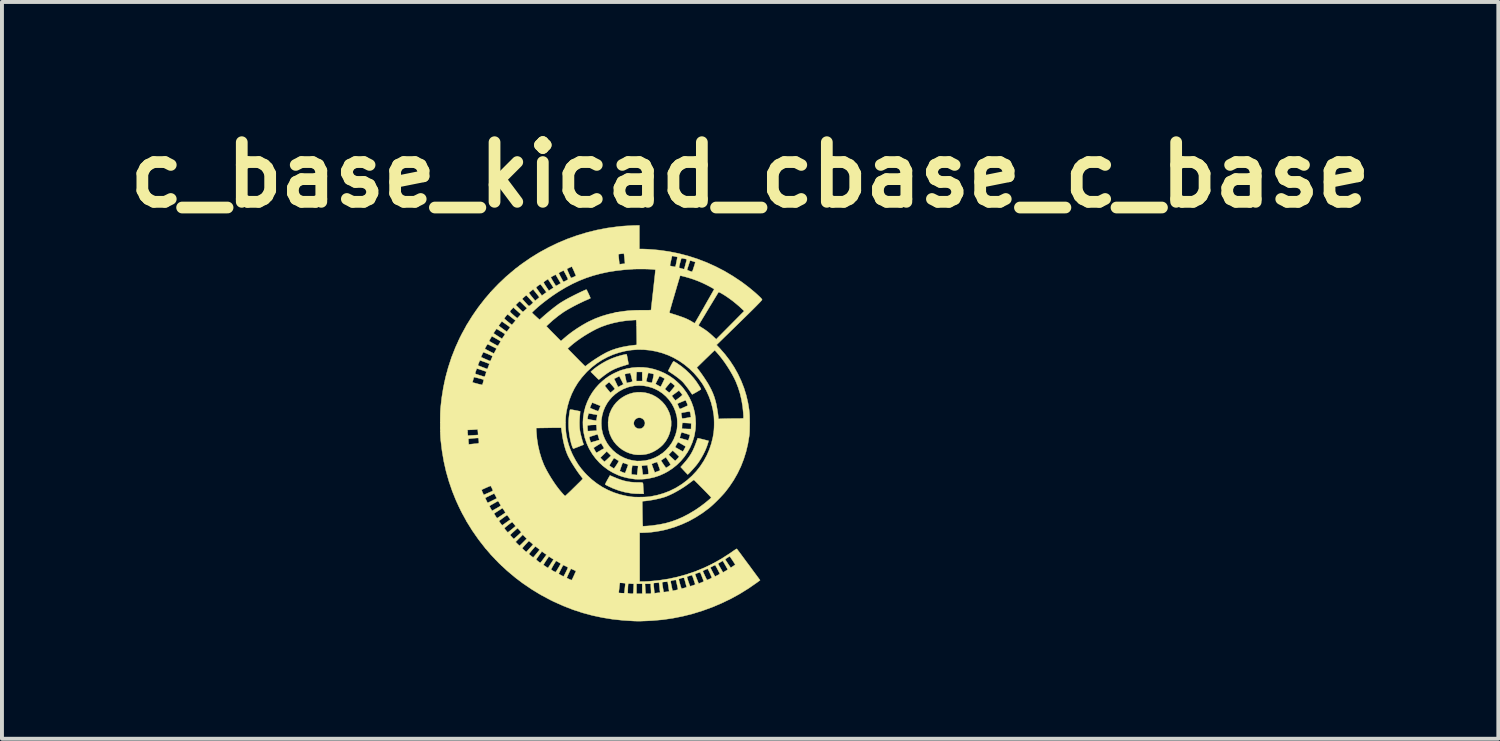
<source format=kicad_pcb>
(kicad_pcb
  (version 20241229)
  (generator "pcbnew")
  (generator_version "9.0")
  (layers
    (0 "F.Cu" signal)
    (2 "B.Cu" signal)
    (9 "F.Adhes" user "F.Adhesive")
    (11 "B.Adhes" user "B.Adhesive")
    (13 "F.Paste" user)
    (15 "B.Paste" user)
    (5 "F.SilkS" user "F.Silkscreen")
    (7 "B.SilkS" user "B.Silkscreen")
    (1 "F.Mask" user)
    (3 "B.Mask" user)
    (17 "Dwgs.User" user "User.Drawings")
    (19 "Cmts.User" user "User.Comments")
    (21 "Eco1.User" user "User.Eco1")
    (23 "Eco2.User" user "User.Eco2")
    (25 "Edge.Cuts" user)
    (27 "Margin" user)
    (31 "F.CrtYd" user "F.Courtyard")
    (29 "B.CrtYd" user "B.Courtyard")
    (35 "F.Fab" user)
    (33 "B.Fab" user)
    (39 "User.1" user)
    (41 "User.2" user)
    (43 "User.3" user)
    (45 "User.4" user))
  (footprint "c_base_kicad_cbase_c_base"
    (layer "F.Cu")
    (at 12.308 7.768)
    (property "Reference" "c_base_kicad_cbase_c_base" (at 3.81 -6.35 0) (layer "F.SilkS") (effects (font (size 1.524 1.524) (thickness 0.3))))
    (attr through_hole)
    (fp_poly (pts (xy 0.319 1.37) (xy 0.417 1.41) (xy 0.507 1.443) (xy 0.591 1.468) (xy 0.673 1.486) (xy 0.756 1.499) (xy 0.844 1.506) (xy 0.939 1.509) (xy 0.962 1.509) (xy 1.004 1.509) (xy 1.034 1.51) (xy 1.053 1.513) (xy 1.065 1.521) (xy 1.072 1.537) (xy 1.075 1.561) (xy 1.076 1.597) (xy 1.077 1.618) (xy 1.08 1.658) (xy 1.082 1.698) (xy 1.085 1.734) (xy 1.086 1.747) (xy 1.091 1.8) (xy 0.972 1.799) (xy 0.924 1.798) (xy 0.874 1.796) (xy 0.827 1.793) (xy 0.788 1.79) (xy 0.777 1.788) (xy 0.616 1.76) (xy 0.46 1.718) (xy 0.309 1.662) (xy 0.221 1.622) (xy 0.184 1.604) (xy 0.152 1.588) (xy 0.127 1.575) (xy 0.111 1.565) (xy 0.106 1.562) (xy 0.108 1.553) (xy 0.116 1.534) (xy 0.129 1.507) (xy 0.147 1.474) (xy 0.164 1.442) (xy 0.228 1.33) (xy 0.319 1.37)) (stroke (width 0.01) (type solid)) (fill yes) (layer "F.SilkS"))
    (fp_poly (pts (xy 2.478 0.38) (xy 2.497 0.384) (xy 2.526 0.391) (xy 2.563 0.399) (xy 2.605 0.41) (xy 2.611 0.411) (xy 2.749 0.446) (xy 2.735 0.496) (xy 2.704 0.59) (xy 2.664 0.689) (xy 2.615 0.789) (xy 2.559 0.889) (xy 2.499 0.984) (xy 2.449 1.052) (xy 2.43 1.076) (xy 2.405 1.105) (xy 2.377 1.137) (xy 2.347 1.171) (xy 2.316 1.205) (xy 2.287 1.236) (xy 2.261 1.264) (xy 2.239 1.286) (xy 2.223 1.3) (xy 2.215 1.306) (xy 2.214 1.306) (xy 2.208 1.301) (xy 2.194 1.286) (xy 2.173 1.265) (xy 2.148 1.238) (xy 2.122 1.21) (xy 2.034 1.115) (xy 2.099 1.042) (xy 2.164 0.967) (xy 2.219 0.898) (xy 2.266 0.831) (xy 2.308 0.764) (xy 2.345 0.694) (xy 2.38 0.617) (xy 2.415 0.53) (xy 2.435 0.475) (xy 2.447 0.441) (xy 2.458 0.412) (xy 2.466 0.391) (xy 2.47 0.38) (xy 2.471 0.379) (xy 2.478 0.38)) (stroke (width 0.01) (type solid)) (fill yes) (layer "F.SilkS"))
    (fp_poly (pts (xy -0.757 -0.35) (xy -0.728 -0.346) (xy -0.689 -0.339) (xy -0.659 -0.333) (xy -0.533 -0.308) (xy -0.535 -0.283) (xy -0.536 -0.266) (xy -0.538 -0.238) (xy -0.541 -0.204) (xy -0.544 -0.168) (xy -0.549 -0.093) (xy -0.551 -0.017) (xy -0.55 0.055) (xy -0.547 0.12) (xy -0.541 0.176) (xy -0.54 0.181) (xy -0.532 0.227) (xy -0.52 0.282) (xy -0.505 0.341) (xy -0.489 0.4) (xy -0.474 0.455) (xy -0.462 0.491) (xy -0.444 0.543) (xy -0.572 0.595) (xy -0.613 0.611) (xy -0.649 0.625) (xy -0.678 0.636) (xy -0.699 0.643) (xy -0.708 0.646) (xy -0.708 0.646) (xy -0.715 0.64) (xy -0.724 0.623) (xy -0.732 0.605) (xy -0.761 0.518) (xy -0.785 0.421) (xy -0.805 0.317) (xy -0.819 0.21) (xy -0.828 0.102) (xy -0.83 -0.002) (xy -0.828 -0.082) (xy -0.824 -0.13) (xy -0.819 -0.179) (xy -0.813 -0.226) (xy -0.808 -0.269) (xy -0.802 -0.305) (xy -0.796 -0.332) (xy -0.792 -0.347) (xy -0.791 -0.348) (xy -0.786 -0.351) (xy -0.775 -0.352) (xy -0.757 -0.35)) (stroke (width 0.01) (type solid)) (fill yes) (layer "F.SilkS"))
    (fp_poly (pts (xy 0.649 -1.765) (xy 0.654 -1.762) (xy 0.656 -1.757) (xy 0.659 -1.744) (xy 0.664 -1.721) (xy 0.67 -1.691) (xy 0.677 -1.656) (xy 0.684 -1.619) (xy 0.69 -1.584) (xy 0.696 -1.553) (xy 0.7 -1.529) (xy 0.702 -1.515) (xy 0.702 -1.512) (xy 0.694 -1.509) (xy 0.676 -1.503) (xy 0.648 -1.495) (xy 0.615 -1.484) (xy 0.604 -1.481) (xy 0.511 -1.452) (xy 0.43 -1.423) (xy 0.357 -1.394) (xy 0.29 -1.361) (xy 0.226 -1.325) (xy 0.161 -1.283) (xy 0.093 -1.234) (xy 0.029 -1.184) (xy -0.001 -1.161) (xy -0.026 -1.141) (xy -0.045 -1.126) (xy -0.056 -1.119) (xy -0.058 -1.118) (xy -0.064 -1.123) (xy -0.079 -1.136) (xy -0.1 -1.157) (xy -0.127 -1.183) (xy -0.158 -1.214) (xy -0.162 -1.218) (xy -0.262 -1.318) (xy -0.234 -1.344) (xy -0.176 -1.394) (xy -0.107 -1.446) (xy -0.03 -1.498) (xy 0.052 -1.548) (xy 0.137 -1.595) (xy 0.149 -1.601) (xy 0.27 -1.657) (xy 0.393 -1.702) (xy 0.521 -1.74) (xy 0.589 -1.755) (xy 0.62 -1.762) (xy 0.639 -1.765) (xy 0.649 -1.765)) (stroke (width 0.01) (type solid)) (fill yes) (layer "F.SilkS"))
    (fp_poly (pts (xy 1.857 -1.586) (xy 1.868 -1.58) (xy 1.888 -1.569) (xy 1.913 -1.553) (xy 1.929 -1.544) (xy 2.049 -1.461) (xy 2.164 -1.367) (xy 2.272 -1.264) (xy 2.369 -1.154) (xy 2.429 -1.076) (xy 2.456 -1.036) (xy 2.482 -0.997) (xy 2.506 -0.96) (xy 2.526 -0.927) (xy 2.542 -0.899) (xy 2.551 -0.88) (xy 2.553 -0.87) (xy 2.546 -0.865) (xy 2.53 -0.854) (xy 2.505 -0.839) (xy 2.475 -0.821) (xy 2.443 -0.802) (xy 2.411 -0.784) (xy 2.38 -0.767) (xy 2.355 -0.753) (xy 2.337 -0.744) (xy 2.33 -0.741) (xy 2.324 -0.746) (xy 2.313 -0.762) (xy 2.297 -0.785) (xy 2.279 -0.811) (xy 2.249 -0.854) (xy 2.213 -0.903) (xy 2.175 -0.952) (xy 2.138 -0.999) (xy 2.104 -1.04) (xy 2.087 -1.059) (xy 2.059 -1.086) (xy 2.021 -1.119) (xy 1.975 -1.156) (xy 1.924 -1.195) (xy 1.869 -1.235) (xy 1.814 -1.272) (xy 1.781 -1.294) (xy 1.753 -1.313) (xy 1.732 -1.328) (xy 1.719 -1.338) (xy 1.716 -1.341) (xy 1.72 -1.349) (xy 1.729 -1.367) (xy 1.743 -1.394) (xy 1.76 -1.428) (xy 1.78 -1.466) (xy 1.781 -1.468) (xy 1.805 -1.513) (xy 1.824 -1.546) (xy 1.838 -1.568) (xy 1.848 -1.581) (xy 1.855 -1.586) (xy 1.857 -1.586)) (stroke (width 0.01) (type solid)) (fill yes) (layer "F.SilkS"))
    (fp_poly (pts (xy 1.122 -0.785) (xy 1.209 -0.765) (xy 1.309 -0.729) (xy 1.403 -0.68) (xy 1.489 -0.619) (xy 1.567 -0.548) (xy 1.636 -0.468) (xy 1.693 -0.379) (xy 1.739 -0.283) (xy 1.754 -0.243) (xy 1.78 -0.145) (xy 1.792 -0.045) (xy 1.791 0.058) (xy 1.777 0.159) (xy 1.75 0.259) (xy 1.711 0.355) (xy 1.659 0.446) (xy 1.643 0.469) (xy 1.582 0.544) (xy 1.509 0.612) (xy 1.427 0.672) (xy 1.339 0.723) (xy 1.247 0.762) (xy 1.187 0.781) (xy 1.13 0.792) (xy 1.065 0.8) (xy 0.997 0.804) (xy 0.93 0.803) (xy 0.87 0.798) (xy 0.845 0.794) (xy 0.741 0.768) (xy 0.643 0.729) (xy 0.551 0.678) (xy 0.467 0.616) (xy 0.391 0.544) (xy 0.325 0.463) (xy 0.27 0.374) (xy 0.227 0.278) (xy 0.22 0.258) (xy 0.196 0.164) (xy 0.182 0.065) (xy 0.181 -0.02) (xy 0.836 -0.02) (xy 0.837 0.019) (xy 0.849 0.056) (xy 0.87 0.088) (xy 0.898 0.113) (xy 0.933 0.13) (xy 0.972 0.138) (xy 1.014 0.134) (xy 1.042 0.124) (xy 1.075 0.102) (xy 1.1 0.07) (xy 1.117 0.033) (xy 1.123 -0.007) (xy 1.121 -0.025) (xy 1.107 -0.067) (xy 1.083 -0.1) (xy 1.053 -0.124) (xy 1.017 -0.139) (xy 0.979 -0.144) (xy 0.941 -0.14) (xy 0.906 -0.125) (xy 0.874 -0.101) (xy 0.85 -0.065) (xy 0.848 -0.062) (xy 0.836 -0.02) (xy 0.181 -0.02) (xy 0.181 -0.035) (xy 0.192 -0.135) (xy 0.214 -0.23) (xy 0.225 -0.263) (xy 0.268 -0.361) (xy 0.322 -0.45) (xy 0.386 -0.53) (xy 0.459 -0.601) (xy 0.54 -0.661) (xy 0.627 -0.712) (xy 0.719 -0.751) (xy 0.816 -0.779) (xy 0.917 -0.794) (xy 1.019 -0.796) (xy 1.122 -0.785)) (stroke (width 0.01) (type solid)) (fill yes) (layer "F.SilkS"))
    (fp_poly (pts (xy 1.084 -1.431) (xy 1.223 -1.414) (xy 1.36 -1.383) (xy 1.494 -1.338) (xy 1.624 -1.281) (xy 1.75 -1.21) (xy 1.849 -1.141) (xy 1.89 -1.108) (xy 1.937 -1.067) (xy 1.985 -1.022) (xy 2.031 -0.976) (xy 2.072 -0.932) (xy 2.099 -0.9) (xy 2.184 -0.784) (xy 2.256 -0.662) (xy 2.315 -0.535) (xy 2.361 -0.404) (xy 2.394 -0.269) (xy 2.414 -0.132) (xy 2.421 0.006) (xy 2.413 0.145) (xy 2.391 0.282) (xy 2.376 0.348) (xy 2.333 0.485) (xy 2.277 0.615) (xy 2.209 0.739) (xy 2.129 0.855) (xy 2.038 0.963) (xy 1.937 1.062) (xy 1.826 1.151) (xy 1.705 1.23) (xy 1.622 1.275) (xy 1.491 1.334) (xy 1.356 1.378) (xy 1.216 1.408) (xy 1.143 1.419) (xy 1.094 1.423) (xy 1.039 1.427) (xy 0.984 1.428) (xy 0.932 1.428) (xy 0.888 1.427) (xy 0.867 1.425) (xy 0.764 1.411) (xy 0.671 1.394) (xy 0.586 1.373) (xy 0.504 1.348) (xy 0.436 1.322) (xy 0.359 1.286) (xy 0.776 1.286) (xy 0.777 1.295) (xy 0.781 1.301) (xy 0.79 1.305) (xy 0.808 1.308) (xy 0.837 1.311) (xy 0.844 1.312) (xy 0.874 1.315) (xy 0.898 1.318) (xy 0.913 1.319) (xy 0.916 1.32) (xy 0.921 1.315) (xy 0.922 1.312) (xy 0.923 1.302) (xy 0.926 1.28) (xy 0.929 1.249) (xy 0.934 1.213) (xy 0.936 1.197) (xy 0.94 1.16) (xy 0.944 1.129) (xy 0.947 1.105) (xy 0.948 1.092) (xy 0.948 1.091) (xy 0.939 1.088) (xy 0.92 1.085) (xy 0.916 1.085) (xy 1.04 1.085) (xy 1.04 1.092) (xy 1.042 1.111) (xy 1.045 1.14) (xy 1.05 1.175) (xy 1.052 1.194) (xy 1.057 1.232) (xy 1.062 1.265) (xy 1.065 1.29) (xy 1.067 1.305) (xy 1.067 1.308) (xy 1.07 1.311) (xy 1.082 1.311) (xy 1.103 1.31) (xy 1.135 1.306) (xy 1.18 1.3) (xy 1.183 1.3) (xy 1.203 1.296) (xy 1.212 1.291) (xy 1.214 1.281) (xy 1.214 1.277) (xy 1.21 1.238) (xy 1.205 1.197) (xy 1.2 1.158) (xy 1.196 1.123) (xy 1.192 1.095) (xy 1.189 1.076) (xy 1.187 1.069) (xy 1.18 1.069) (xy 1.161 1.07) (xy 1.136 1.072) (xy 1.108 1.075) (xy 1.08 1.078) (xy 1.057 1.081) (xy 1.043 1.084) (xy 1.04 1.085) (xy 0.916 1.085) (xy 0.894 1.082) (xy 0.866 1.08) (xy 0.838 1.078) (xy 0.815 1.077) (xy 0.801 1.078) (xy 0.799 1.079) (xy 0.796 1.088) (xy 0.793 1.108) (xy 0.789 1.136) (xy 0.785 1.169) (xy 0.782 1.204) (xy 0.779 1.237) (xy 0.777 1.266) (xy 0.776 1.286) (xy 0.359 1.286) (xy 0.305 1.261) (xy 0.229 1.216) (xy 0.479 1.216) (xy 0.485 1.22) (xy 0.502 1.228) (xy 0.525 1.238) (xy 0.55 1.249) (xy 0.576 1.259) (xy 0.597 1.266) (xy 0.611 1.269) (xy 0.611 1.269) (xy 0.616 1.264) (xy 0.624 1.248) (xy 0.632 1.228) (xy 0.641 1.202) (xy 0.654 1.168) (xy 0.667 1.132) (xy 0.671 1.12) (xy 0.696 1.053) (xy 0.652 1.038) (xy 1.295 1.038) (xy 1.297 1.046) (xy 1.303 1.065) (xy 1.312 1.093) (xy 1.325 1.127) (xy 1.333 1.149) (xy 1.373 1.254) (xy 1.421 1.236) (xy 1.449 1.226) (xy 1.474 1.216) (xy 1.49 1.21) (xy 1.504 1.204) (xy 1.509 1.198) (xy 1.507 1.189) (xy 1.501 1.169) (xy 1.491 1.143) (xy 1.48 1.111) (xy 1.468 1.078) (xy 1.457 1.046) (xy 1.446 1.019) (xy 1.438 0.999) (xy 1.434 0.989) (xy 1.434 0.989) (xy 1.426 0.989) (xy 1.408 0.994) (xy 1.384 1.002) (xy 1.357 1.011) (xy 1.332 1.021) (xy 1.311 1.029) (xy 1.298 1.036) (xy 1.295 1.038) (xy 0.652 1.038) (xy 0.636 1.032) (xy 0.607 1.022) (xy 0.583 1.013) (xy 0.566 1.008) (xy 0.563 1.008) (xy 0.557 1.009) (xy 0.551 1.016) (xy 0.543 1.031) (xy 0.533 1.055) (xy 0.52 1.091) (xy 0.515 1.107) (xy 0.502 1.143) (xy 0.491 1.175) (xy 0.484 1.199) (xy 0.479 1.213) (xy 0.479 1.216) (xy 0.229 1.216) (xy 0.182 1.188) (xy 0.068 1.103) (xy 0.041 1.08) (xy 0.214 1.08) (xy 0.224 1.088) (xy 0.242 1.1) (xy 0.265 1.115) (xy 0.288 1.13) (xy 0.309 1.143) (xy 0.325 1.151) (xy 0.33 1.153) (xy 0.336 1.147) (xy 0.349 1.131) (xy 0.366 1.107) (xy 0.386 1.077) (xy 0.398 1.059) (xy 0.42 1.024) (xy 0.437 0.995) (xy 0.448 0.974) (xy 0.453 0.961) (xy 0.452 0.959) (xy 0.432 0.946) (xy 0.407 0.93) (xy 0.382 0.915) (xy 0.359 0.901) (xy 0.341 0.89) (xy 0.332 0.885) (xy 0.332 0.885) (xy 0.326 0.891) (xy 0.315 0.907) (xy 0.3 0.93) (xy 0.282 0.958) (xy 0.264 0.988) (xy 0.246 1.017) (xy 0.231 1.044) (xy 0.22 1.065) (xy 0.214 1.077) (xy 0.214 1.08) (xy 0.041 1.08) (xy -0.038 1.008) (xy -0.134 0.902) (xy -0.153 0.877) (xy -0.018 0.877) (xy 0.032 0.929) (xy 0.054 0.95) (xy 0.072 0.967) (xy 0.083 0.978) (xy 0.086 0.98) (xy 0.093 0.975) (xy 0.106 0.964) (xy 0.115 0.957) (xy 0.132 0.942) (xy 0.155 0.921) (xy 0.181 0.896) (xy 0.198 0.88) (xy 0.255 0.825) (xy 0.201 0.77) (xy 0.146 0.716) (xy 0.064 0.797) (xy -0.018 0.877) (xy -0.153 0.877) (xy -0.22 0.787) (xy -0.295 0.663) (xy -0.311 0.631) (xy -0.314 0.627) (xy -0.19 0.627) (xy -0.187 0.635) (xy -0.178 0.653) (xy -0.165 0.677) (xy -0.156 0.693) (xy -0.121 0.754) (xy -0.098 0.741) (xy -0.083 0.732) (xy -0.059 0.718) (xy -0.029 0.701) (xy 0.002 0.682) (xy 0.08 0.637) (xy 0.065 0.611) (xy 0.041 0.571) (xy 0.024 0.542) (xy 0.012 0.523) (xy 0.004 0.512) (xy 0.000188 0.508) (xy -0.000166 0.508) (xy -0.008 0.512) (xy -0.026 0.521) (xy -0.05 0.536) (xy -0.079 0.553) (xy -0.108 0.572) (xy -0.137 0.59) (xy -0.162 0.606) (xy -0.18 0.618) (xy -0.189 0.626) (xy -0.19 0.627) (xy -0.314 0.627) (xy -0.369 0.502) (xy -0.413 0.371) (xy -0.416 0.357) (xy -0.3 0.357) (xy -0.297 0.375) (xy -0.291 0.4) (xy -0.283 0.427) (xy -0.275 0.452) (xy -0.267 0.473) (xy -0.261 0.485) (xy -0.259 0.486) (xy -0.25 0.484) (xy -0.23 0.479) (xy -0.201 0.471) (xy -0.166 0.461) (xy -0.15 0.456) (xy -0.114 0.446) (xy -0.083 0.436) (xy -0.059 0.429) (xy -0.046 0.425) (xy -0.045 0.424) (xy -0.046 0.417) (xy -0.05 0.398) (xy -0.058 0.372) (xy -0.065 0.35) (xy -0.087 0.277) (xy -0.19 0.31) (xy -0.227 0.322) (xy -0.259 0.332) (xy -0.283 0.341) (xy -0.297 0.347) (xy -0.3 0.348) (xy -0.3 0.357) (xy -0.416 0.357) (xy -0.443 0.237) (xy -0.46 0.103) (xy -0.46 0.081) (xy -0.347 0.081) (xy -0.346 0.109) (xy -0.345 0.127) (xy -0.34 0.196) (xy -0.313 0.196) (xy -0.295 0.196) (xy -0.266 0.194) (xy -0.231 0.193) (xy -0.197 0.191) (xy -0.108 0.186) (xy -0.113 0.113) (xy -0.115 0.082) (xy -0.117 0.057) (xy -0.119 0.04) (xy -0.12 0.036) (xy -0.128 0.035) (xy -0.147 0.035) (xy -0.174 0.037) (xy -0.207 0.039) (xy -0.242 0.041) (xy -0.276 0.044) (xy -0.306 0.047) (xy -0.33 0.05) (xy -0.344 0.052) (xy -0.346 0.053) (xy -0.347 0.062) (xy -0.347 0.081) (xy -0.46 0.081) (xy -0.462 0.024) (xy 0.007 0.024) (xy 0.017 0.138) (xy 0.04 0.249) (xy 0.054 0.295) (xy 0.099 0.405) (xy 0.155 0.508) (xy 0.223 0.602) (xy 0.301 0.687) (xy 0.389 0.763) (xy 0.486 0.828) (xy 0.592 0.882) (xy 0.682 0.916) (xy 0.721 0.927) (xy 0.769 0.939) (xy 0.821 0.949) (xy 0.873 0.957) (xy 0.9 0.961) (xy 0.928 0.963) (xy 0.967 0.962) (xy 1.012 0.961) (xy 1.059 0.958) (xy 1.104 0.954) (xy 1.142 0.949) (xy 1.147 0.948) (xy 1.532 0.948) (xy 1.535 0.954) (xy 1.544 0.97) (xy 1.559 0.993) (xy 1.577 1.02) (xy 1.597 1.049) (xy 1.616 1.078) (xy 1.635 1.103) (xy 1.649 1.123) (xy 1.659 1.135) (xy 1.662 1.138) (xy 1.67 1.133) (xy 1.687 1.122) (xy 1.71 1.108) (xy 1.722 1.099) (xy 1.747 1.083) (xy 1.766 1.068) (xy 1.776 1.058) (xy 1.778 1.056) (xy 1.774 1.048) (xy 1.763 1.03) (xy 1.748 1.004) (xy 1.728 0.973) (xy 1.717 0.957) (xy 1.657 0.864) (xy 1.596 0.905) (xy 1.57 0.922) (xy 1.549 0.936) (xy 1.536 0.945) (xy 1.532 0.948) (xy 1.147 0.948) (xy 1.154 0.947) (xy 1.269 0.918) (xy 1.378 0.876) (xy 1.48 0.822) (xy 1.51 0.802) (xy 1.728 0.802) (xy 1.809 0.88) (xy 1.837 0.906) (xy 1.862 0.929) (xy 1.881 0.946) (xy 1.893 0.956) (xy 1.895 0.958) (xy 1.902 0.953) (xy 1.916 0.94) (xy 1.935 0.92) (xy 1.948 0.907) (xy 1.969 0.884) (xy 1.984 0.866) (xy 1.993 0.854) (xy 1.994 0.85) (xy 1.988 0.843) (xy 1.974 0.828) (xy 1.953 0.808) (xy 1.929 0.784) (xy 1.904 0.76) (xy 1.879 0.737) (xy 1.858 0.718) (xy 1.841 0.703) (xy 1.833 0.697) (xy 1.832 0.697) (xy 1.825 0.702) (xy 1.811 0.715) (xy 1.791 0.735) (xy 1.777 0.749) (xy 1.728 0.802) (xy 1.51 0.802) (xy 1.575 0.758) (xy 1.66 0.682) (xy 1.726 0.609) (xy 1.899 0.609) (xy 1.9 0.611) (xy 1.908 0.617) (xy 1.926 0.628) (xy 1.951 0.642) (xy 1.981 0.659) (xy 2.011 0.676) (xy 2.04 0.692) (xy 2.065 0.706) (xy 2.083 0.715) (xy 2.091 0.718) (xy 2.096 0.712) (xy 2.106 0.697) (xy 2.12 0.673) (xy 2.13 0.656) (xy 2.144 0.629) (xy 2.154 0.607) (xy 2.159 0.592) (xy 2.158 0.588) (xy 2.149 0.582) (xy 2.131 0.571) (xy 2.106 0.556) (xy 2.077 0.539) (xy 2.047 0.522) (xy 2.018 0.505) (xy 1.993 0.492) (xy 1.976 0.483) (xy 1.968 0.479) (xy 1.968 0.479) (xy 1.963 0.485) (xy 1.952 0.501) (xy 1.938 0.524) (xy 1.928 0.541) (xy 1.91 0.575) (xy 1.9 0.597) (xy 1.899 0.609) (xy 1.726 0.609) (xy 1.737 0.598) (xy 1.804 0.504) (xy 1.859 0.403) (xy 1.871 0.374) (xy 2.012 0.374) (xy 2.019 0.376) (xy 2.038 0.382) (xy 2.064 0.39) (xy 2.096 0.399) (xy 2.129 0.409) (xy 2.162 0.418) (xy 2.191 0.426) (xy 2.212 0.432) (xy 2.224 0.435) (xy 2.225 0.435) (xy 2.23 0.429) (xy 2.238 0.411) (xy 2.247 0.386) (xy 2.253 0.366) (xy 2.262 0.337) (xy 2.268 0.313) (xy 2.271 0.298) (xy 2.271 0.295) (xy 2.263 0.292) (xy 2.245 0.285) (xy 2.218 0.277) (xy 2.187 0.267) (xy 2.154 0.257) (xy 2.122 0.247) (xy 2.094 0.239) (xy 2.074 0.233) (xy 2.065 0.231) (xy 2.058 0.232) (xy 2.051 0.241) (xy 2.044 0.259) (xy 2.034 0.288) (xy 2.031 0.3) (xy 2.022 0.33) (xy 2.015 0.354) (xy 2.012 0.37) (xy 2.012 0.374) (xy 1.871 0.374) (xy 1.903 0.295) (xy 1.934 0.18) (xy 1.935 0.178) (xy 1.941 0.137) (xy 2.067 0.137) (xy 2.124 0.14) (xy 2.161 0.141) (xy 2.204 0.143) (xy 2.24 0.144) (xy 2.3 0.145) (xy 2.302 0.074) (xy 2.303 0.044) (xy 2.303 0.019) (xy 2.303 0.004) (xy 2.302 0.000328) (xy 2.294 -0.002) (xy 2.275 -0.004) (xy 2.247 -0.006) (xy 2.214 -0.008) (xy 2.179 -0.01) (xy 2.145 -0.012) (xy 2.115 -0.013) (xy 2.092 -0.013) (xy 2.079 -0.012) (xy 2.077 -0.011) (xy 2.075 -0.002) (xy 2.073 0.018) (xy 2.07 0.045) (xy 2.07 0.065) (xy 2.067 0.137) (xy 1.941 0.137) (xy 1.942 0.129) (xy 1.947 0.072) (xy 1.949 0.008) (xy 1.948 -0.055) (xy 1.944 -0.115) (xy 1.938 -0.167) (xy 1.935 -0.181) (xy 1.914 -0.258) (xy 2.049 -0.258) (xy 2.051 -0.24) (xy 2.054 -0.215) (xy 2.059 -0.187) (xy 2.063 -0.16) (xy 2.068 -0.138) (xy 2.072 -0.124) (xy 2.072 -0.123) (xy 2.08 -0.123) (xy 2.098 -0.125) (xy 2.125 -0.129) (xy 2.158 -0.134) (xy 2.192 -0.14) (xy 2.226 -0.146) (xy 2.257 -0.152) (xy 2.28 -0.157) (xy 2.295 -0.16) (xy 2.297 -0.162) (xy 2.297 -0.169) (xy 2.294 -0.187) (xy 2.29 -0.214) (xy 2.287 -0.232) (xy 2.279 -0.269) (xy 2.272 -0.292) (xy 2.266 -0.302) (xy 2.264 -0.303) (xy 2.253 -0.303) (xy 2.231 -0.3) (xy 2.202 -0.296) (xy 2.169 -0.29) (xy 2.135 -0.284) (xy 2.102 -0.279) (xy 2.075 -0.273) (xy 2.056 -0.269) (xy 2.049 -0.266) (xy 2.049 -0.258) (xy 1.914 -0.258) (xy 1.904 -0.298) (xy 1.859 -0.408) (xy 1.81 -0.499) (xy 1.953 -0.499) (xy 1.957 -0.485) (xy 1.966 -0.463) (xy 1.98 -0.43) (xy 1.99 -0.408) (xy 1.997 -0.391) (xy 2.002 -0.379) (xy 2.009 -0.372) (xy 2.018 -0.369) (xy 2.032 -0.372) (xy 2.053 -0.381) (xy 2.083 -0.394) (xy 2.125 -0.413) (xy 2.126 -0.414) (xy 2.158 -0.428) (xy 2.186 -0.441) (xy 2.205 -0.451) (xy 2.215 -0.456) (xy 2.215 -0.456) (xy 2.214 -0.464) (xy 2.209 -0.483) (xy 2.199 -0.508) (xy 2.191 -0.527) (xy 2.162 -0.593) (xy 2.059 -0.55) (xy 2.023 -0.535) (xy 1.992 -0.522) (xy 1.969 -0.511) (xy 1.955 -0.505) (xy 1.953 -0.504) (xy 1.953 -0.499) (xy 1.81 -0.499) (xy 1.803 -0.51) (xy 1.735 -0.605) (xy 1.657 -0.691) (xy 1.642 -0.704) (xy 1.807 -0.704) (xy 1.852 -0.643) (xy 1.872 -0.618) (xy 1.889 -0.599) (xy 1.901 -0.588) (xy 1.906 -0.587) (xy 1.914 -0.593) (xy 1.932 -0.606) (xy 1.956 -0.624) (xy 1.985 -0.646) (xy 1.998 -0.656) (xy 2.031 -0.682) (xy 2.056 -0.703) (xy 2.072 -0.719) (xy 2.078 -0.728) (xy 2.078 -0.728) (xy 2.071 -0.738) (xy 2.059 -0.755) (xy 2.042 -0.778) (xy 2.033 -0.789) (xy 2.011 -0.817) (xy 1.995 -0.833) (xy 1.986 -0.836) (xy 1.986 -0.836) (xy 1.977 -0.829) (xy 1.959 -0.816) (xy 1.934 -0.798) (xy 1.905 -0.776) (xy 1.892 -0.767) (xy 1.807 -0.704) (xy 1.642 -0.704) (xy 1.568 -0.768) (xy 1.47 -0.833) (xy 1.412 -0.865) (xy 1.382 -0.878) (xy 1.633 -0.878) (xy 1.638 -0.87) (xy 1.652 -0.857) (xy 1.672 -0.84) (xy 1.694 -0.822) (xy 1.715 -0.805) (xy 1.733 -0.793) (xy 1.744 -0.787) (xy 1.745 -0.787) (xy 1.752 -0.793) (xy 1.767 -0.808) (xy 1.786 -0.83) (xy 1.81 -0.858) (xy 1.82 -0.87) (xy 1.844 -0.899) (xy 1.864 -0.925) (xy 1.878 -0.944) (xy 1.886 -0.956) (xy 1.887 -0.957) (xy 1.882 -0.964) (xy 1.868 -0.977) (xy 1.85 -0.994) (xy 1.828 -1.012) (xy 1.807 -1.029) (xy 1.79 -1.042) (xy 1.778 -1.05) (xy 1.775 -1.051) (xy 1.76 -1.035) (xy 1.741 -1.012) (xy 1.719 -0.986) (xy 1.696 -0.958) (xy 1.674 -0.931) (xy 1.655 -0.907) (xy 1.641 -0.889) (xy 1.633 -0.879) (xy 1.633 -0.878) (xy 1.382 -0.878) (xy 1.307 -0.91) (xy 1.196 -0.942) (xy 1.083 -0.962) (xy 0.969 -0.968) (xy 0.854 -0.96) (xy 0.742 -0.939) (xy 0.679 -0.921) (xy 0.568 -0.877) (xy 0.464 -0.82) (xy 0.368 -0.752) (xy 0.281 -0.673) (xy 0.204 -0.584) (xy 0.158 -0.519) (xy 0.102 -0.418) (xy 0.058 -0.312) (xy 0.028 -0.202) (xy 0.01 -0.09) (xy 0.007 0.024) (xy -0.462 0.024) (xy -0.463 -0.032) (xy -0.458 -0.114) (xy -0.346 -0.114) (xy -0.345 -0.11) (xy -0.336 -0.107) (xy -0.316 -0.103) (xy -0.289 -0.097) (xy -0.256 -0.091) (xy -0.221 -0.085) (xy -0.188 -0.08) (xy -0.158 -0.075) (xy -0.136 -0.072) (xy -0.124 -0.072) (xy -0.122 -0.072) (xy -0.119 -0.08) (xy -0.115 -0.1) (xy -0.11 -0.127) (xy -0.107 -0.145) (xy -0.102 -0.175) (xy -0.1 -0.199) (xy -0.098 -0.214) (xy -0.099 -0.217) (xy -0.106 -0.219) (xy -0.125 -0.223) (xy -0.152 -0.228) (xy -0.184 -0.233) (xy -0.219 -0.239) (xy -0.252 -0.245) (xy -0.281 -0.249) (xy -0.304 -0.252) (xy -0.316 -0.254) (xy -0.316 -0.254) (xy -0.32 -0.247) (xy -0.326 -0.23) (xy -0.331 -0.206) (xy -0.337 -0.179) (xy -0.342 -0.152) (xy -0.345 -0.129) (xy -0.346 -0.114) (xy -0.458 -0.114) (xy -0.454 -0.165) (xy -0.432 -0.297) (xy -0.405 -0.399) (xy -0.282 -0.399) (xy -0.282 -0.396) (xy -0.273 -0.39) (xy -0.254 -0.381) (xy -0.227 -0.37) (xy -0.196 -0.357) (xy -0.164 -0.344) (xy -0.132 -0.331) (xy -0.105 -0.321) (xy -0.084 -0.314) (xy -0.073 -0.311) (xy -0.071 -0.311) (xy -0.067 -0.319) (xy -0.058 -0.338) (xy -0.047 -0.364) (xy -0.04 -0.38) (xy -0.029 -0.408) (xy -0.021 -0.43) (xy -0.016 -0.444) (xy -0.016 -0.446) (xy -0.024 -0.45) (xy -0.042 -0.458) (xy -0.068 -0.469) (xy -0.099 -0.481) (xy -0.132 -0.495) (xy -0.163 -0.507) (xy -0.191 -0.518) (xy -0.212 -0.526) (xy -0.223 -0.53) (xy -0.224 -0.53) (xy -0.229 -0.524) (xy -0.237 -0.507) (xy -0.248 -0.485) (xy -0.26 -0.459) (xy -0.27 -0.434) (xy -0.278 -0.412) (xy -0.282 -0.399) (xy -0.405 -0.399) (xy -0.398 -0.427) (xy -0.351 -0.553) (xy -0.293 -0.674) (xy -0.223 -0.79) (xy -0.141 -0.901) (xy -0.093 -0.954) (xy 0.101 -0.954) (xy 0.104 -0.95) (xy 0.115 -0.934) (xy 0.132 -0.913) (xy 0.153 -0.887) (xy 0.175 -0.86) (xy 0.196 -0.834) (xy 0.216 -0.811) (xy 0.23 -0.794) (xy 0.239 -0.785) (xy 0.24 -0.784) (xy 0.247 -0.788) (xy 0.263 -0.8) (xy 0.284 -0.818) (xy 0.301 -0.832) (xy 0.326 -0.854) (xy 0.341 -0.869) (xy 0.349 -0.879) (xy 0.35 -0.886) (xy 0.347 -0.893) (xy 0.335 -0.908) (xy 0.318 -0.93) (xy 0.297 -0.955) (xy 0.274 -0.981) (xy 0.252 -1.006) (xy 0.232 -1.028) (xy 0.217 -1.044) (xy 0.209 -1.051) (xy 0.208 -1.052) (xy 0.2 -1.048) (xy 0.184 -1.036) (xy 0.162 -1.019) (xy 0.148 -1.007) (xy 0.123 -0.986) (xy 0.108 -0.971) (xy 0.102 -0.962) (xy 0.101 -0.954) (xy -0.093 -0.954) (xy -0.048 -1.004) (xy 0.056 -1.099) (xy 0.109 -1.139) (xy 0.334 -1.139) (xy 0.348 -1.11) (xy 0.357 -1.092) (xy 0.371 -1.064) (xy 0.386 -1.032) (xy 0.399 -1.005) (xy 0.435 -0.928) (xy 0.502 -0.962) (xy 0.53 -0.976) (xy 0.553 -0.988) (xy 0.568 -0.996) (xy 0.572 -0.998) (xy 0.569 -1.004) (xy 0.567 -1.009) (xy 1.393 -1.009) (xy 1.399 -1.004) (xy 1.415 -0.994) (xy 1.437 -0.981) (xy 1.462 -0.967) (xy 1.486 -0.954) (xy 1.507 -0.943) (xy 1.521 -0.937) (xy 1.524 -0.937) (xy 1.528 -0.943) (xy 1.537 -0.96) (xy 1.551 -0.986) (xy 1.566 -1.018) (xy 1.575 -1.035) (xy 1.591 -1.07) (xy 1.606 -1.1) (xy 1.617 -1.124) (xy 1.623 -1.137) (xy 1.624 -1.14) (xy 1.619 -1.145) (xy 1.604 -1.156) (xy 1.58 -1.169) (xy 1.561 -1.179) (xy 1.496 -1.212) (xy 1.445 -1.114) (xy 1.427 -1.08) (xy 1.412 -1.05) (xy 1.4 -1.027) (xy 1.394 -1.012) (xy 1.393 -1.009) (xy 0.567 -1.009) (xy 0.561 -1.021) (xy 0.549 -1.045) (xy 0.535 -1.074) (xy 0.519 -1.106) (xy 0.503 -1.137) (xy 0.489 -1.165) (xy 0.477 -1.187) (xy 0.469 -1.201) (xy 0.468 -1.203) (xy 0.461 -1.201) (xy 0.444 -1.194) (xy 0.42 -1.182) (xy 0.4 -1.172) (xy 0.334 -1.139) (xy 0.109 -1.139) (xy 0.171 -1.186) (xy 0.182 -1.193) (xy 0.234 -1.226) (xy 0.283 -1.253) (xy 0.609 -1.253) (xy 0.61 -1.236) (xy 0.615 -1.208) (xy 0.617 -1.2) (xy 0.626 -1.162) (xy 0.635 -1.12) (xy 0.642 -1.087) (xy 0.649 -1.058) (xy 0.655 -1.041) (xy 0.661 -1.034) (xy 0.667 -1.034) (xy 0.679 -1.037) (xy 0.701 -1.042) (xy 0.729 -1.049) (xy 0.739 -1.051) (xy 0.766 -1.058) (xy 0.788 -1.063) (xy 0.8 -1.067) (xy 0.802 -1.068) (xy 0.801 -1.073) (xy 1.156 -1.073) (xy 1.156 -1.07) (xy 1.165 -1.066) (xy 1.184 -1.06) (xy 1.209 -1.054) (xy 1.237 -1.047) (xy 1.263 -1.042) (xy 1.285 -1.038) (xy 1.298 -1.037) (xy 1.3 -1.037) (xy 1.303 -1.045) (xy 1.308 -1.065) (xy 1.315 -1.094) (xy 1.324 -1.129) (xy 1.328 -1.149) (xy 1.336 -1.186) (xy 1.342 -1.218) (xy 1.347 -1.242) (xy 1.349 -1.256) (xy 1.349 -1.259) (xy 1.341 -1.261) (xy 1.323 -1.266) (xy 1.299 -1.272) (xy 1.272 -1.278) (xy 1.246 -1.284) (xy 1.224 -1.289) (xy 1.212 -1.292) (xy 1.21 -1.292) (xy 1.207 -1.285) (xy 1.201 -1.267) (xy 1.194 -1.241) (xy 1.186 -1.21) (xy 1.178 -1.176) (xy 1.17 -1.142) (xy 1.163 -1.112) (xy 1.158 -1.088) (xy 1.156 -1.073) (xy 0.801 -1.073) (xy 0.801 -1.076) (xy 0.8 -1.081) (xy 0.9 -1.081) (xy 0.981 -1.081) (xy 1.016 -1.081) (xy 1.039 -1.082) (xy 1.052 -1.084) (xy 1.057 -1.087) (xy 1.058 -1.092) (xy 1.057 -1.098) (xy 1.055 -1.111) (xy 1.054 -1.135) (xy 1.053 -1.168) (xy 1.052 -1.205) (xy 1.052 -1.214) (xy 1.052 -1.314) (xy 0.909 -1.314) (xy 0.905 -1.243) (xy 0.903 -1.206) (xy 0.901 -1.168) (xy 0.9 -1.136) (xy 0.9 -1.127) (xy 0.9 -1.081) (xy 0.8 -1.081) (xy 0.798 -1.094) (xy 0.792 -1.121) (xy 0.784 -1.153) (xy 0.776 -1.187) (xy 0.768 -1.22) (xy 0.76 -1.249) (xy 0.753 -1.272) (xy 0.749 -1.284) (xy 0.748 -1.286) (xy 0.74 -1.286) (xy 0.722 -1.284) (xy 0.697 -1.279) (xy 0.669 -1.274) (xy 0.641 -1.267) (xy 0.619 -1.261) (xy 0.612 -1.259) (xy 0.609 -1.253) (xy 0.283 -1.253) (xy 0.295 -1.26) (xy 0.361 -1.293) (xy 0.428 -1.323) (xy 0.49 -1.349) (xy 0.522 -1.36) (xy 0.661 -1.399) (xy 0.802 -1.423) (xy 0.943 -1.434) (xy 1.084 -1.431)) (stroke (width 0.01) (type solid)) (fill yes) (layer "F.SilkS"))
    (fp_poly (pts (xy 0.98 -4.456) (xy 1.033 -4.456) (xy 1.078 -4.455) (xy 1.133 -4.453) (xy 1.197 -4.45) (xy 1.265 -4.445) (xy 1.335 -4.44) (xy 1.402 -4.434) (xy 1.464 -4.428) (xy 1.484 -4.426) (xy 1.733 -4.391) (xy 1.979 -4.342) (xy 2.222 -4.279) (xy 2.462 -4.202) (xy 2.697 -4.112) (xy 2.927 -4.008) (xy 3.152 -3.892) (xy 3.37 -3.762) (xy 3.582 -3.621) (xy 3.622 -3.592) (xy 3.678 -3.55) (xy 3.735 -3.507) (xy 3.792 -3.462) (xy 3.848 -3.416) (xy 3.902 -3.371) (xy 3.952 -3.328) (xy 3.997 -3.287) (xy 4.037 -3.25) (xy 4.07 -3.218) (xy 4.095 -3.192) (xy 4.11 -3.172) (xy 4.115 -3.161) (xy 4.112 -3.154) (xy 4.102 -3.141) (xy 4.085 -3.122) (xy 4.061 -3.096) (xy 4.029 -3.063) (xy 3.99 -3.023) (xy 3.943 -2.975) (xy 3.887 -2.919) (xy 3.822 -2.855) (xy 3.748 -2.782) (xy 3.665 -2.701) (xy 3.572 -2.61) (xy 3.469 -2.509) (xy 3.393 -2.435) (xy 3.333 -2.377) (xy 3.276 -2.321) (xy 3.221 -2.267) (xy 3.17 -2.218) (xy 3.123 -2.172) (xy 3.083 -2.133) (xy 3.05 -2.101) (xy 3.025 -2.076) (xy 3.009 -2.061) (xy 3.009 -2.061) (xy 2.951 -2.004) (xy 3.036 -1.915) (xy 3.168 -1.764) (xy 3.29 -1.605) (xy 3.399 -1.439) (xy 3.496 -1.266) (xy 3.58 -1.088) (xy 3.652 -0.905) (xy 3.71 -0.718) (xy 3.754 -0.528) (xy 3.766 -0.461) (xy 3.775 -0.403) (xy 3.783 -0.351) (xy 3.788 -0.304) (xy 3.793 -0.257) (xy 3.796 -0.209) (xy 3.797 -0.157) (xy 3.798 -0.096) (xy 3.799 -0.025) (xy 3.799 0.004) (xy 3.798 0.08) (xy 3.797 0.143) (xy 3.796 0.197) (xy 3.794 0.242) (xy 3.791 0.282) (xy 3.787 0.318) (xy 3.786 0.323) (xy 3.752 0.527) (xy 3.705 0.725) (xy 3.645 0.916) (xy 3.573 1.101) (xy 3.487 1.28) (xy 3.388 1.453) (xy 3.275 1.621) (xy 3.189 1.734) (xy 3.147 1.785) (xy 3.096 1.841) (xy 3.039 1.902) (xy 2.979 1.963) (xy 2.918 2.023) (xy 2.859 2.079) (xy 2.803 2.129) (xy 2.758 2.167) (xy 2.591 2.291) (xy 2.419 2.401) (xy 2.242 2.499) (xy 2.058 2.582) (xy 1.87 2.653) (xy 1.677 2.71) (xy 1.598 2.729) (xy 1.498 2.749) (xy 1.393 2.766) (xy 1.288 2.78) (xy 1.188 2.789) (xy 1.095 2.793) (xy 1.061 2.794) (xy 0.987 2.794) (xy 0.987 4.042) (xy 1.058 4.042) (xy 1.092 4.042) (xy 1.136 4.04) (xy 1.183 4.038) (xy 1.224 4.036) (xy 1.778 4.036) (xy 1.779 4.046) (xy 1.783 4.068) (xy 1.789 4.097) (xy 1.796 4.132) (xy 1.804 4.168) (xy 1.811 4.204) (xy 1.818 4.234) (xy 1.823 4.258) (xy 1.826 4.268) (xy 1.829 4.273) (xy 1.835 4.275) (xy 1.849 4.274) (xy 1.872 4.27) (xy 1.898 4.265) (xy 1.927 4.258) (xy 1.95 4.251) (xy 1.964 4.246) (xy 1.967 4.244) (xy 1.965 4.234) (xy 1.961 4.213) (xy 1.955 4.184) (xy 1.948 4.15) (xy 1.94 4.114) (xy 1.932 4.079) (xy 1.925 4.047) (xy 1.919 4.021) (xy 1.914 4.005) (xy 1.913 4) (xy 1.904 4) (xy 1.885 4.002) (xy 1.859 4.007) (xy 1.844 4.01) (xy 1.812 4.016) (xy 1.792 4.022) (xy 1.782 4.027) (xy 1.778 4.034) (xy 1.778 4.036) (xy 1.224 4.036) (xy 1.23 4.035) (xy 1.237 4.035) (xy 1.483 4.011) (xy 1.679 3.981) (xy 1.986 3.981) (xy 1.989 3.998) (xy 1.995 4.024) (xy 2.004 4.056) (xy 2.014 4.092) (xy 2.024 4.127) (xy 2.034 4.161) (xy 2.044 4.19) (xy 2.051 4.212) (xy 2.056 4.223) (xy 2.057 4.224) (xy 2.067 4.222) (xy 2.087 4.217) (xy 2.114 4.21) (xy 2.125 4.207) (xy 2.152 4.199) (xy 2.173 4.191) (xy 2.184 4.185) (xy 2.185 4.183) (xy 2.184 4.174) (xy 2.179 4.154) (xy 2.171 4.124) (xy 2.162 4.088) (xy 2.154 4.059) (xy 2.141 4.012) (xy 2.131 3.978) (xy 2.123 3.956) (xy 2.117 3.944) (xy 2.112 3.941) (xy 2.096 3.944) (xy 2.073 3.949) (xy 2.047 3.957) (xy 2.021 3.965) (xy 2.001 3.973) (xy 1.988 3.979) (xy 1.986 3.981) (xy 1.679 3.981) (xy 1.725 3.974) (xy 1.962 3.922) (xy 1.978 3.918) (xy 2.197 3.918) (xy 2.197 3.927) (xy 2.201 3.946) (xy 2.209 3.973) (xy 2.219 4.005) (xy 2.231 4.04) (xy 2.243 4.075) (xy 2.255 4.108) (xy 2.266 4.135) (xy 2.275 4.154) (xy 2.28 4.163) (xy 2.281 4.164) (xy 2.292 4.16) (xy 2.312 4.153) (xy 2.339 4.144) (xy 2.35 4.141) (xy 2.379 4.13) (xy 2.399 4.121) (xy 2.407 4.114) (xy 2.407 4.112) (xy 2.404 4.103) (xy 2.397 4.082) (xy 2.387 4.053) (xy 2.375 4.017) (xy 2.366 3.989) (xy 2.352 3.946) (xy 2.34 3.915) (xy 2.332 3.895) (xy 2.325 3.883) (xy 2.32 3.878) (xy 2.316 3.878) (xy 2.303 3.882) (xy 2.282 3.889) (xy 2.255 3.897) (xy 2.253 3.898) (xy 2.228 3.906) (xy 2.208 3.913) (xy 2.198 3.918) (xy 2.197 3.918) (xy 1.978 3.918) (xy 2.194 3.857) (xy 2.215 3.85) (xy 2.403 3.85) (xy 2.404 3.858) (xy 2.41 3.876) (xy 2.42 3.902) (xy 2.431 3.934) (xy 2.444 3.969) (xy 2.458 4.003) (xy 2.471 4.036) (xy 2.482 4.063) (xy 2.491 4.083) (xy 2.495 4.092) (xy 2.496 4.093) (xy 2.504 4.09) (xy 2.522 4.083) (xy 2.548 4.074) (xy 2.562 4.068) (xy 2.593 4.055) (xy 2.612 4.045) (xy 2.62 4.037) (xy 2.621 4.032) (xy 2.618 4.02) (xy 2.61 3.998) (xy 2.599 3.969) (xy 2.586 3.936) (xy 2.573 3.901) (xy 2.56 3.869) (xy 2.548 3.84) (xy 2.539 3.819) (xy 2.533 3.808) (xy 2.533 3.807) (xy 2.525 3.808) (xy 2.507 3.812) (xy 2.483 3.819) (xy 2.457 3.828) (xy 2.432 3.837) (xy 2.413 3.845) (xy 2.403 3.85) (xy 2.215 3.85) (xy 2.422 3.779) (xy 2.434 3.774) (xy 2.6 3.774) (xy 2.611 3.802) (xy 2.626 3.835) (xy 2.642 3.87) (xy 2.658 3.905) (xy 2.675 3.939) (xy 2.689 3.968) (xy 2.701 3.989) (xy 2.708 4.001) (xy 2.711 4.003) (xy 2.72 3.999) (xy 2.74 3.991) (xy 2.765 3.981) (xy 2.774 3.977) (xy 2.8 3.965) (xy 2.819 3.954) (xy 2.83 3.947) (xy 2.83 3.945) (xy 2.828 3.934) (xy 2.82 3.914) (xy 2.808 3.886) (xy 2.794 3.854) (xy 2.778 3.82) (xy 2.763 3.787) (xy 2.748 3.758) (xy 2.736 3.734) (xy 2.727 3.72) (xy 2.724 3.716) (xy 2.713 3.719) (xy 2.694 3.726) (xy 2.67 3.736) (xy 2.645 3.748) (xy 2.623 3.759) (xy 2.607 3.768) (xy 2.6 3.773) (xy 2.6 3.774) (xy 2.434 3.774) (xy 2.645 3.686) (xy 2.652 3.683) (xy 2.794 3.683) (xy 2.797 3.692) (xy 2.806 3.711) (xy 2.819 3.737) (xy 2.835 3.768) (xy 2.852 3.801) (xy 2.869 3.834) (xy 2.886 3.864) (xy 2.899 3.888) (xy 2.91 3.905) (xy 2.914 3.912) (xy 2.914 3.912) (xy 2.922 3.909) (xy 2.939 3.9) (xy 2.963 3.889) (xy 2.976 3.882) (xy 3.001 3.869) (xy 3.021 3.856) (xy 3.032 3.848) (xy 3.033 3.845) (xy 3.03 3.836) (xy 3.022 3.816) (xy 3.009 3.79) (xy 2.993 3.759) (xy 2.976 3.726) (xy 2.959 3.694) (xy 2.943 3.665) (xy 2.929 3.641) (xy 2.92 3.626) (xy 2.916 3.621) (xy 2.907 3.624) (xy 2.889 3.632) (xy 2.866 3.643) (xy 2.842 3.656) (xy 2.819 3.668) (xy 2.802 3.677) (xy 2.794 3.683) (xy 2.794 3.683) (xy 2.652 3.683) (xy 2.85 3.587) (xy 2.991 3.587) (xy 2.992 3.589) (xy 2.996 3.598) (xy 3.006 3.617) (xy 3.021 3.644) (xy 3.04 3.677) (xy 3.055 3.703) (xy 3.117 3.809) (xy 3.153 3.789) (xy 3.178 3.774) (xy 3.202 3.761) (xy 3.213 3.755) (xy 3.228 3.744) (xy 3.236 3.736) (xy 3.237 3.735) (xy 3.233 3.727) (xy 3.224 3.709) (xy 3.209 3.683) (xy 3.191 3.65) (xy 3.174 3.621) (xy 3.111 3.512) (xy 3.063 3.539) (xy 3.032 3.557) (xy 3.011 3.569) (xy 2.998 3.577) (xy 2.993 3.582) (xy 2.991 3.587) (xy 2.85 3.587) (xy 2.863 3.581) (xy 3.054 3.473) (xy 3.171 3.473) (xy 3.175 3.481) (xy 3.186 3.498) (xy 3.201 3.522) (xy 3.22 3.55) (xy 3.24 3.581) (xy 3.261 3.612) (xy 3.28 3.64) (xy 3.297 3.664) (xy 3.308 3.68) (xy 3.314 3.687) (xy 3.314 3.687) (xy 3.322 3.683) (xy 3.339 3.673) (xy 3.362 3.658) (xy 3.376 3.649) (xy 3.403 3.631) (xy 3.421 3.616) (xy 3.428 3.606) (xy 3.428 3.604) (xy 3.422 3.596) (xy 3.41 3.578) (xy 3.394 3.553) (xy 3.375 3.524) (xy 3.355 3.493) (xy 3.334 3.463) (xy 3.316 3.436) (xy 3.302 3.414) (xy 3.293 3.401) (xy 3.29 3.397) (xy 3.284 3.4) (xy 3.269 3.408) (xy 3.248 3.421) (xy 3.225 3.436) (xy 3.202 3.45) (xy 3.184 3.463) (xy 3.173 3.471) (xy 3.171 3.473) (xy 3.054 3.473) (xy 3.075 3.461) (xy 3.282 3.328) (xy 3.359 3.275) (xy 3.393 3.251) (xy 3.423 3.231) (xy 3.447 3.216) (xy 3.463 3.207) (xy 3.469 3.206) (xy 3.475 3.213) (xy 3.489 3.232) (xy 3.51 3.26) (xy 3.538 3.297) (xy 3.572 3.342) (xy 3.61 3.394) (xy 3.653 3.452) (xy 3.699 3.515) (xy 3.749 3.582) (xy 3.801 3.651) (xy 3.854 3.724) (xy 3.885 3.766) (xy 4.064 4.008) (xy 3.986 4.066) (xy 3.772 4.215) (xy 3.55 4.353) (xy 3.32 4.48) (xy 3.083 4.594) (xy 2.841 4.697) (xy 2.593 4.787) (xy 2.342 4.865) (xy 2.088 4.929) (xy 1.831 4.98) (xy 1.574 5.017) (xy 1.315 5.04) (xy 1.17 5.047) (xy 1.125 5.049) (xy 1.083 5.05) (xy 1.046 5.052) (xy 1.018 5.053) (xy 1.005 5.054) (xy 0.986 5.054) (xy 0.956 5.054) (xy 0.917 5.053) (xy 0.873 5.052) (xy 0.827 5.05) (xy 0.555 5.033) (xy 0.289 5.004) (xy 0.031 4.962) (xy -0.223 4.908) (xy -0.471 4.841) (xy -0.716 4.761) (xy -0.958 4.667) (xy -1.198 4.56) (xy -1.292 4.514) (xy -1.532 4.386) (xy -1.598 4.346) (xy 0.681 4.346) (xy 0.709 4.349) (xy 0.742 4.352) (xy 0.773 4.353) (xy 0.799 4.353) (xy 0.817 4.351) (xy 0.822 4.349) (xy 0.824 4.34) (xy 0.825 4.319) (xy 0.827 4.289) (xy 0.829 4.252) (xy 0.831 4.219) (xy 0.836 4.095) (xy 0.801 4.093) (xy 0.907 4.093) (xy 0.907 4.354) (xy 1.052 4.354) (xy 1.052 4.093) (xy 1.123 4.093) (xy 1.128 4.186) (xy 1.13 4.225) (xy 1.132 4.263) (xy 1.135 4.295) (xy 1.136 4.316) (xy 1.14 4.354) (xy 1.203 4.354) (xy 1.233 4.354) (xy 1.257 4.352) (xy 1.271 4.35) (xy 1.274 4.349) (xy 1.277 4.339) (xy 1.278 4.315) (xy 1.277 4.277) (xy 1.276 4.256) (xy 1.274 4.218) (xy 1.272 4.181) (xy 1.271 4.149) (xy 1.271 4.131) (xy 1.27 4.093) (xy 1.123 4.093) (xy 1.052 4.093) (xy 0.907 4.093) (xy 0.801 4.093) (xy 0.768 4.091) (xy 0.766 4.091) (xy 1.343 4.091) (xy 1.344 4.11) (xy 1.345 4.139) (xy 1.348 4.173) (xy 1.352 4.21) (xy 1.355 4.248) (xy 1.359 4.283) (xy 1.362 4.31) (xy 1.366 4.341) (xy 1.396 4.337) (xy 1.421 4.334) (xy 1.452 4.33) (xy 1.468 4.328) (xy 1.51 4.324) (xy 1.506 4.29) (xy 1.503 4.27) (xy 1.5 4.239) (xy 1.496 4.202) (xy 1.492 4.163) (xy 1.488 4.128) (xy 1.484 4.099) (xy 1.481 4.078) (xy 1.48 4.068) (xy 1.479 4.068) (xy 1.471 4.067) (xy 1.453 4.068) (xy 1.428 4.071) (xy 1.401 4.074) (xy 1.375 4.077) (xy 1.355 4.08) (xy 1.344 4.082) (xy 1.343 4.083) (xy 1.343 4.091) (xy 0.766 4.091) (xy 0.738 4.089) (xy 0.714 4.089) (xy 0.699 4.09) (xy 0.696 4.092) (xy 0.694 4.1) (xy 0.692 4.121) (xy 0.689 4.151) (xy 0.687 4.188) (xy 0.686 4.221) (xy 0.681 4.346) (xy -1.598 4.346) (xy -1.623 4.331) (xy 0.45 4.331) (xy 0.517 4.338) (xy 0.547 4.341) (xy 0.571 4.344) (xy 0.587 4.346) (xy 0.59 4.346) (xy 0.595 4.341) (xy 0.595 4.338) (xy 0.596 4.328) (xy 0.599 4.306) (xy 0.602 4.275) (xy 0.606 4.238) (xy 0.609 4.209) (xy 0.613 4.169) (xy 0.617 4.135) (xy 0.619 4.108) (xy 0.62 4.091) (xy 0.62 4.087) (xy 0.613 4.085) (xy 0.594 4.083) (xy 0.569 4.08) (xy 0.542 4.077) (xy 0.516 4.075) (xy 0.495 4.073) (xy 0.483 4.073) (xy 0.482 4.073) (xy 0.48 4.081) (xy 0.477 4.101) (xy 0.473 4.13) (xy 0.469 4.165) (xy 0.468 4.177) (xy 0.464 4.217) (xy 0.46 4.253) (xy 0.456 4.282) (xy 0.454 4.302) (xy 0.454 4.305) (xy 0.45 4.331) (xy -1.623 4.331) (xy -1.765 4.245) (xy -1.989 4.093) (xy -2.026 4.066) (xy 1.56 4.066) (xy 1.561 4.076) (xy 1.564 4.098) (xy 1.569 4.127) (xy 1.574 4.162) (xy 1.58 4.198) (xy 1.586 4.234) (xy 1.592 4.266) (xy 1.596 4.291) (xy 1.599 4.307) (xy 1.6 4.311) (xy 1.608 4.311) (xy 1.626 4.31) (xy 1.65 4.307) (xy 1.678 4.304) (xy 1.704 4.3) (xy 1.725 4.297) (xy 1.738 4.294) (xy 1.74 4.293) (xy 1.739 4.286) (xy 1.737 4.267) (xy 1.732 4.238) (xy 1.727 4.201) (xy 1.721 4.165) (xy 1.701 4.039) (xy 1.679 4.041) (xy 1.646 4.044) (xy 1.615 4.049) (xy 1.588 4.055) (xy 1.569 4.06) (xy 1.56 4.065) (xy 1.56 4.066) (xy -2.026 4.066) (xy -2.182 3.948) (xy -0.876 3.948) (xy -0.871 3.952) (xy -0.856 3.961) (xy -0.834 3.971) (xy -0.81 3.983) (xy -0.785 3.994) (xy -0.765 4.002) (xy -0.752 4.005) (xy -0.751 4.006) (xy -0.746 3.999) (xy -0.736 3.982) (xy -0.723 3.955) (xy -0.707 3.922) (xy -0.692 3.889) (xy -0.64 3.772) (xy -0.702 3.744) (xy -0.729 3.732) (xy -0.751 3.722) (xy -0.765 3.717) (xy -0.768 3.716) (xy -0.772 3.722) (xy -0.781 3.739) (xy -0.793 3.764) (xy -0.808 3.795) (xy -0.824 3.829) (xy -0.84 3.864) (xy -0.855 3.897) (xy -0.867 3.926) (xy -0.876 3.948) (xy -2.182 3.948) (xy -2.204 3.93) (xy -2.307 3.844) (xy -1.081 3.844) (xy -1.075 3.849) (xy -1.06 3.859) (xy -1.038 3.871) (xy -1.014 3.885) (xy -0.99 3.897) (xy -0.971 3.906) (xy -0.959 3.911) (xy -0.958 3.911) (xy -0.954 3.905) (xy -0.944 3.888) (xy -0.93 3.862) (xy -0.913 3.83) (xy -0.898 3.799) (xy -0.88 3.762) (xy -0.864 3.729) (xy -0.853 3.703) (xy -0.846 3.686) (xy -0.845 3.681) (xy -0.852 3.675) (xy -0.869 3.666) (xy -0.891 3.654) (xy -0.916 3.643) (xy -0.939 3.632) (xy -0.957 3.624) (xy -0.967 3.622) (xy -0.968 3.622) (xy -0.973 3.63) (xy -0.983 3.649) (xy -0.997 3.675) (xy -1.013 3.706) (xy -1.03 3.739) (xy -1.046 3.771) (xy -1.061 3.801) (xy -1.072 3.824) (xy -1.08 3.84) (xy -1.081 3.844) (xy -2.307 3.844) (xy -2.41 3.757) (xy -2.434 3.734) (xy -1.277 3.734) (xy -1.271 3.741) (xy -1.255 3.752) (xy -1.234 3.766) (xy -1.21 3.779) (xy -1.188 3.791) (xy -1.171 3.799) (xy -1.162 3.801) (xy -1.156 3.794) (xy -1.143 3.777) (xy -1.126 3.752) (xy -1.107 3.72) (xy -1.092 3.695) (xy -1.071 3.66) (xy -1.054 3.629) (xy -1.04 3.605) (xy -1.032 3.589) (xy -1.031 3.585) (xy -1.036 3.579) (xy -1.052 3.569) (xy -1.073 3.556) (xy -1.097 3.541) (xy -1.121 3.528) (xy -1.141 3.517) (xy -1.147 3.514) (xy -1.152 3.519) (xy -1.163 3.535) (xy -1.177 3.558) (xy -1.195 3.587) (xy -1.214 3.618) (xy -1.232 3.65) (xy -1.249 3.68) (xy -1.263 3.706) (xy -1.273 3.725) (xy -1.277 3.734) (xy -1.277 3.734) (xy -2.434 3.734) (xy -2.56 3.617) (xy -1.473 3.617) (xy -1.468 3.622) (xy -1.453 3.633) (xy -1.432 3.647) (xy -1.409 3.662) (xy -1.387 3.677) (xy -1.369 3.688) (xy -1.358 3.693) (xy -1.357 3.694) (xy -1.352 3.688) (xy -1.341 3.672) (xy -1.324 3.647) (xy -1.304 3.616) (xy -1.283 3.585) (xy -1.213 3.477) (xy -1.271 3.44) (xy -1.296 3.424) (xy -1.317 3.412) (xy -1.331 3.405) (xy -1.334 3.404) (xy -1.339 3.41) (xy -1.35 3.425) (xy -1.366 3.449) (xy -1.385 3.477) (xy -1.406 3.508) (xy -1.426 3.539) (xy -1.444 3.568) (xy -1.459 3.592) (xy -1.47 3.609) (xy -1.473 3.617) (xy -2.56 3.617) (xy -2.607 3.573) (xy -2.698 3.478) (xy -1.658 3.478) (xy -1.654 3.485) (xy -1.641 3.498) (xy -1.622 3.514) (xy -1.601 3.531) (xy -1.58 3.547) (xy -1.562 3.558) (xy -1.552 3.563) (xy -1.551 3.563) (xy -1.545 3.558) (xy -1.533 3.542) (xy -1.515 3.52) (xy -1.493 3.492) (xy -1.486 3.482) (xy -1.462 3.45) (xy -1.441 3.42) (xy -1.423 3.396) (xy -1.411 3.38) (xy -1.41 3.378) (xy -1.394 3.355) (xy -1.453 3.314) (xy -1.478 3.296) (xy -1.497 3.283) (xy -1.51 3.275) (xy -1.513 3.274) (xy -1.528 3.295) (xy -1.548 3.322) (xy -1.57 3.352) (xy -1.592 3.383) (xy -1.614 3.414) (xy -1.633 3.441) (xy -1.648 3.462) (xy -1.657 3.475) (xy -1.658 3.478) (xy -2.698 3.478) (xy -2.793 3.379) (xy -2.828 3.339) (xy -1.843 3.339) (xy -1.838 3.345) (xy -1.824 3.357) (xy -1.805 3.373) (xy -1.783 3.391) (xy -1.762 3.407) (xy -1.745 3.419) (xy -1.735 3.425) (xy -1.734 3.425) (xy -1.728 3.42) (xy -1.714 3.405) (xy -1.695 3.383) (xy -1.671 3.354) (xy -1.648 3.326) (xy -1.568 3.228) (xy -1.62 3.185) (xy -1.644 3.167) (xy -1.664 3.153) (xy -1.677 3.145) (xy -1.68 3.145) (xy -1.686 3.151) (xy -1.7 3.166) (xy -1.719 3.188) (xy -1.742 3.214) (xy -1.766 3.242) (xy -1.79 3.271) (xy -1.811 3.297) (xy -1.828 3.319) (xy -1.84 3.333) (xy -1.843 3.339) (xy -2.828 3.339) (xy -2.954 3.193) (xy -2.014 3.193) (xy -2.009 3.199) (xy -1.995 3.213) (xy -1.975 3.232) (xy -1.963 3.243) (xy -1.912 3.289) (xy -1.873 3.246) (xy -1.85 3.221) (xy -1.823 3.191) (xy -1.795 3.16) (xy -1.785 3.149) (xy -1.735 3.094) (xy -1.786 3.049) (xy -1.809 3.03) (xy -1.828 3.015) (xy -1.84 3.006) (xy -1.843 3.004) (xy -1.849 3.01) (xy -1.863 3.023) (xy -1.883 3.044) (xy -1.906 3.069) (xy -1.931 3.096) (xy -1.956 3.124) (xy -1.979 3.15) (xy -1.997 3.171) (xy -2.01 3.186) (xy -2.014 3.193) (xy -2.954 3.193) (xy -2.969 3.175) (xy -3.082 3.03) (xy -2.184 3.03) (xy -2.136 3.079) (xy -2.114 3.1) (xy -2.097 3.116) (xy -2.086 3.126) (xy -2.083 3.128) (xy -2.077 3.123) (xy -2.062 3.109) (xy -2.041 3.089) (xy -2.014 3.063) (xy -1.989 3.037) (xy -1.898 2.946) (xy -1.999 2.845) (xy -2.092 2.937) (xy -2.184 3.03) (xy -3.082 3.03) (xy -3.135 2.962) (xy -3.211 2.852) (xy -2.322 2.852) (xy -2.318 2.859) (xy -2.306 2.874) (xy -2.289 2.893) (xy -2.271 2.913) (xy -2.253 2.932) (xy -2.239 2.947) (xy -2.231 2.953) (xy -2.23 2.954) (xy -2.224 2.949) (xy -2.208 2.936) (xy -2.186 2.917) (xy -2.158 2.892) (xy -2.133 2.87) (xy -2.102 2.842) (xy -2.076 2.818) (xy -2.056 2.798) (xy -2.043 2.785) (xy -2.04 2.781) (xy -2.044 2.774) (xy -2.057 2.759) (xy -2.075 2.738) (xy -2.086 2.726) (xy -2.133 2.676) (xy -2.227 2.761) (xy -2.258 2.789) (xy -2.285 2.814) (xy -2.305 2.834) (xy -2.318 2.847) (xy -2.322 2.852) (xy -3.211 2.852) (xy -3.289 2.741) (xy -3.325 2.683) (xy -2.468 2.683) (xy -2.463 2.693) (xy -2.451 2.709) (xy -2.431 2.734) (xy -2.43 2.735) (xy -2.411 2.757) (xy -2.395 2.775) (xy -2.384 2.784) (xy -2.381 2.785) (xy -2.374 2.78) (xy -2.357 2.768) (xy -2.333 2.749) (xy -2.304 2.726) (xy -2.28 2.707) (xy -2.249 2.681) (xy -2.222 2.659) (xy -2.201 2.641) (xy -2.188 2.63) (xy -2.185 2.626) (xy -2.189 2.618) (xy -2.2 2.603) (xy -2.215 2.583) (xy -2.233 2.562) (xy -2.249 2.542) (xy -2.263 2.527) (xy -2.27 2.52) (xy -2.271 2.52) (xy -2.277 2.524) (xy -2.293 2.535) (xy -2.316 2.551) (xy -2.342 2.572) (xy -2.371 2.594) (xy -2.4 2.617) (xy -2.426 2.638) (xy -2.447 2.656) (xy -2.461 2.669) (xy -2.462 2.669) (xy -2.467 2.676) (xy -2.468 2.683) (xy -3.325 2.683) (xy -3.432 2.511) (xy -3.439 2.497) (xy -2.607 2.497) (xy -2.607 2.497) (xy -2.602 2.506) (xy -2.591 2.522) (xy -2.576 2.543) (xy -2.56 2.565) (xy -2.545 2.585) (xy -2.533 2.599) (xy -2.527 2.605) (xy -2.527 2.605) (xy -2.52 2.601) (xy -2.504 2.59) (xy -2.48 2.574) (xy -2.45 2.553) (xy -2.436 2.542) (xy -2.403 2.519) (xy -2.374 2.498) (xy -2.35 2.481) (xy -2.335 2.47) (xy -2.332 2.467) (xy -2.316 2.455) (xy -2.356 2.4) (xy -2.374 2.376) (xy -2.389 2.357) (xy -2.399 2.346) (xy -2.401 2.344) (xy -2.409 2.348) (xy -2.426 2.359) (xy -2.45 2.376) (xy -2.478 2.396) (xy -2.508 2.418) (xy -2.538 2.44) (xy -2.565 2.461) (xy -2.587 2.478) (xy -2.602 2.491) (xy -2.607 2.497) (xy -3.439 2.497) (xy -3.545 2.304) (xy -2.735 2.304) (xy -2.732 2.311) (xy -2.723 2.326) (xy -2.71 2.346) (xy -2.695 2.37) (xy -2.681 2.392) (xy -2.668 2.41) (xy -2.66 2.422) (xy -2.658 2.424) (xy -2.652 2.42) (xy -2.635 2.41) (xy -2.611 2.394) (xy -2.58 2.374) (xy -2.549 2.354) (xy -2.515 2.331) (xy -2.485 2.311) (xy -2.462 2.294) (xy -2.448 2.282) (xy -2.444 2.277) (xy -2.449 2.269) (xy -2.46 2.251) (xy -2.475 2.227) (xy -2.482 2.217) (xy -2.518 2.163) (xy -2.625 2.233) (xy -2.66 2.255) (xy -2.69 2.275) (xy -2.714 2.291) (xy -2.73 2.301) (xy -2.735 2.304) (xy -3.545 2.304) (xy -3.562 2.272) (xy -3.588 2.221) (xy -3.639 2.114) (xy -2.852 2.114) (xy -2.849 2.122) (xy -2.839 2.14) (xy -2.826 2.164) (xy -2.819 2.178) (xy -2.785 2.235) (xy -2.741 2.21) (xy -2.714 2.195) (xy -2.681 2.176) (xy -2.645 2.156) (xy -2.629 2.146) (xy -2.601 2.13) (xy -2.579 2.116) (xy -2.565 2.106) (xy -2.562 2.102) (xy -2.565 2.094) (xy -2.574 2.076) (xy -2.588 2.052) (xy -2.595 2.039) (xy -2.623 1.99) (xy 1.054 1.99) (xy 1.057 2.27) (xy 1.058 2.335) (xy 1.059 2.396) (xy 1.06 2.452) (xy 1.061 2.501) (xy 1.062 2.541) (xy 1.063 2.571) (xy 1.064 2.589) (xy 1.064 2.59) (xy 1.068 2.629) (xy 1.153 2.624) (xy 1.197 2.621) (xy 1.248 2.617) (xy 1.298 2.612) (xy 1.328 2.608) (xy 1.492 2.584) (xy 1.649 2.552) (xy 1.8 2.509) (xy 1.947 2.456) (xy 2.092 2.392) (xy 2.238 2.316) (xy 2.386 2.228) (xy 2.457 2.182) (xy 2.498 2.153) (xy 2.543 2.122) (xy 2.588 2.088) (xy 2.633 2.054) (xy 2.676 2.02) (xy 2.716 1.987) (xy 2.751 1.958) (xy 2.78 1.933) (xy 2.801 1.913) (xy 2.812 1.899) (xy 2.814 1.894) (xy 2.809 1.887) (xy 2.794 1.871) (xy 2.772 1.848) (xy 2.744 1.818) (xy 2.71 1.783) (xy 2.673 1.745) (xy 2.633 1.704) (xy 2.592 1.662) (xy 2.551 1.621) (xy 2.512 1.581) (xy 2.475 1.543) (xy 2.441 1.51) (xy 2.413 1.482) (xy 2.392 1.461) (xy 2.378 1.448) (xy 2.373 1.444) (xy 2.365 1.448) (xy 2.348 1.46) (xy 2.325 1.477) (xy 2.297 1.498) (xy 2.296 1.499) (xy 2.211 1.562) (xy 2.122 1.624) (xy 2.029 1.683) (xy 1.936 1.737) (xy 1.844 1.787) (xy 1.756 1.829) (xy 1.675 1.864) (xy 1.622 1.883) (xy 1.539 1.907) (xy 1.445 1.93) (xy 1.347 1.951) (xy 1.247 1.968) (xy 1.15 1.981) (xy 1.109 1.985) (xy 1.054 1.99) (xy -2.623 1.99) (xy -2.628 1.981) (xy -2.673 2.007) (xy -2.7 2.022) (xy -2.733 2.041) (xy -2.768 2.061) (xy -2.785 2.07) (xy -2.812 2.086) (xy -2.834 2.1) (xy -2.848 2.11) (xy -2.852 2.114) (xy -3.639 2.114) (xy -3.701 1.98) (xy -3.732 1.905) (xy -2.959 1.905) (xy -2.957 1.912) (xy -2.95 1.928) (xy -2.94 1.95) (xy -2.928 1.975) (xy -2.916 1.999) (xy -2.906 2.018) (xy -2.899 2.03) (xy -2.898 2.032) (xy -2.891 2.029) (xy -2.873 2.02) (xy -2.847 2.007) (xy -2.813 1.991) (xy -2.779 1.974) (xy -2.663 1.916) (xy -2.694 1.854) (xy -2.708 1.828) (xy -2.72 1.807) (xy -2.728 1.795) (xy -2.73 1.793) (xy -2.738 1.796) (xy -2.756 1.804) (xy -2.782 1.816) (xy -2.812 1.831) (xy -2.846 1.847) (xy -2.879 1.864) (xy -2.91 1.879) (xy -2.935 1.892) (xy -2.953 1.901) (xy -2.959 1.905) (xy -3.732 1.905) (xy -3.8 1.735) (xy -3.813 1.698) (xy -3.05 1.698) (xy -3.05 1.706) (xy -3.044 1.725) (xy -3.034 1.75) (xy -3.027 1.766) (xy -2.998 1.828) (xy -2.891 1.781) (xy -2.854 1.765) (xy -2.821 1.75) (xy -2.795 1.739) (xy -2.779 1.731) (xy -2.774 1.729) (xy -2.766 1.72) (xy -2.765 1.716) (xy -2.768 1.705) (xy -2.775 1.685) (xy -2.786 1.661) (xy -2.798 1.637) (xy -2.809 1.616) (xy -2.818 1.601) (xy -2.822 1.597) (xy -2.831 1.599) (xy -2.85 1.607) (xy -2.877 1.618) (xy -2.909 1.632) (xy -2.943 1.647) (xy -2.976 1.662) (xy -3.007 1.676) (xy -3.031 1.688) (xy -3.046 1.695) (xy -3.05 1.698) (xy -3.813 1.698) (xy -3.886 1.485) (xy -3.959 1.23) (xy -4.018 0.969) (xy -4.063 0.703) (xy -4.096 0.43) (xy -4.098 0.407) (xy -3.39 0.407) (xy -3.39 0.427) (xy -3.388 0.454) (xy -3.387 0.471) (xy -3.38 0.538) (xy -3.35 0.534) (xy -3.331 0.532) (xy -3.301 0.529) (xy -3.266 0.525) (xy -3.237 0.522) (xy -3.193 0.518) (xy -3.161 0.515) (xy -3.14 0.511) (xy -3.128 0.505) (xy -3.122 0.496) (xy -3.121 0.482) (xy -3.122 0.463) (xy -3.124 0.444) (xy -3.127 0.415) (xy -3.13 0.391) (xy -3.134 0.377) (xy -3.135 0.375) (xy -3.144 0.373) (xy -3.164 0.374) (xy -3.193 0.375) (xy -3.227 0.378) (xy -3.264 0.381) (xy -3.301 0.385) (xy -3.335 0.388) (xy -3.363 0.392) (xy -3.382 0.395) (xy -3.389 0.398) (xy -3.39 0.407) (xy -4.098 0.407) (xy -4.102 0.366) (xy -4.104 0.323) (xy -4.107 0.267) (xy -4.108 0.202) (xy -4.109 0.168) (xy -3.411 0.168) (xy -3.411 0.202) (xy -3.41 0.231) (xy -3.407 0.263) (xy -3.406 0.274) (xy -3.402 0.313) (xy -3.343 0.309) (xy -3.307 0.306) (xy -3.265 0.304) (xy -3.223 0.301) (xy -3.213 0.301) (xy -3.142 0.296) (xy -3.142 0.273) (xy -3.143 0.254) (xy -3.145 0.227) (xy -3.147 0.201) (xy -3.152 0.152) (xy -3.182 0.156) (xy -3.2 0.157) (xy -3.229 0.159) (xy -3.265 0.161) (xy -3.305 0.164) (xy -3.311 0.164) (xy -3.411 0.168) (xy -4.109 0.168) (xy -4.11 0.13) (xy -4.11 0.119) (xy -1.657 0.119) (xy -1.652 0.213) (xy -1.637 0.393) (xy -1.609 0.57) (xy -1.569 0.743) (xy -1.518 0.91) (xy -1.463 1.052) (xy -1.427 1.128) (xy -1.384 1.211) (xy -1.334 1.299) (xy -1.28 1.389) (xy -1.222 1.479) (xy -1.163 1.566) (xy -1.104 1.646) (xy -1.102 1.648) (xy -1.073 1.686) (xy -1.042 1.724) (xy -1.011 1.76) (xy -0.983 1.792) (xy -0.958 1.82) (xy -0.937 1.841) (xy -0.923 1.853) (xy -0.917 1.856) (xy -0.91 1.851) (xy -0.894 1.836) (xy -0.87 1.814) (xy -0.838 1.784) (xy -0.801 1.749) (xy -0.759 1.709) (xy -0.714 1.664) (xy -0.686 1.637) (xy -0.639 1.591) (xy -0.596 1.548) (xy -0.557 1.51) (xy -0.523 1.476) (xy -0.497 1.449) (xy -0.478 1.429) (xy -0.468 1.417) (xy -0.466 1.415) (xy -0.471 1.407) (xy -0.483 1.39) (xy -0.5 1.368) (xy -0.512 1.353) (xy -0.567 1.28) (xy -0.624 1.199) (xy -0.681 1.112) (xy -0.736 1.025) (xy -0.786 0.941) (xy -0.828 0.862) (xy -0.839 0.842) (xy -0.875 0.759) (xy -0.909 0.665) (xy -0.939 0.559) (xy -0.966 0.445) (xy -0.988 0.323) (xy -1.001 0.229) (xy -1.007 0.19) (xy -1.011 0.156) (xy -1.015 0.13) (xy -1.018 0.115) (xy -1.019 0.111) (xy -1.026 0.111) (xy -1.047 0.111) (xy -1.079 0.111) (xy -1.121 0.111) (xy -1.172 0.111) (xy -1.229 0.112) (xy -1.293 0.113) (xy -1.339 0.114) (xy -1.657 0.119) (xy -4.11 0.119) (xy -4.11 0.054) (xy -4.11 -0.015) (xy -0.907 -0.015) (xy -0.906 0.062) (xy -0.903 0.138) (xy -0.898 0.209) (xy -0.891 0.271) (xy -0.886 0.299) (xy -0.86 0.427) (xy -0.828 0.545) (xy -0.788 0.658) (xy -0.74 0.772) (xy -0.715 0.824) (xy -0.65 0.945) (xy -0.581 1.056) (xy -0.503 1.161) (xy -0.416 1.262) (xy -0.361 1.32) (xy -0.238 1.434) (xy -0.107 1.536) (xy 0.031 1.626) (xy 0.176 1.703) (xy 0.327 1.767) (xy 0.485 1.818) (xy 0.65 1.856) (xy 0.777 1.876) (xy 0.817 1.88) (xy 0.869 1.883) (xy 0.929 1.884) (xy 0.993 1.884) (xy 1.058 1.883) (xy 1.122 1.881) (xy 1.181 1.878) (xy 1.231 1.874) (xy 1.265 1.869) (xy 1.433 1.835) (xy 1.593 1.789) (xy 1.746 1.731) (xy 1.891 1.66) (xy 1.929 1.639) (xy 2.071 1.55) (xy 2.203 1.45) (xy 2.324 1.341) (xy 2.436 1.222) (xy 2.536 1.095) (xy 2.625 0.96) (xy 2.702 0.818) (xy 2.767 0.669) (xy 2.819 0.514) (xy 2.858 0.355) (xy 2.878 0.232) (xy 2.884 0.177) (xy 2.888 0.112) (xy 2.89 0.04) (xy 2.89 -0.032) (xy 2.888 -0.102) (xy 2.885 -0.165) (xy 2.882 -0.203) (xy 2.855 -0.366) (xy 2.815 -0.526) (xy 2.761 -0.68) (xy 2.694 -0.83) (xy 2.613 -0.975) (xy 2.577 -1.032) (xy 2.48 -1.164) (xy 2.372 -1.288) (xy 2.254 -1.402) (xy 2.226 -1.425) (xy 2.446 -1.425) (xy 2.501 -1.357) (xy 2.527 -1.322) (xy 2.559 -1.278) (xy 2.595 -1.227) (xy 2.632 -1.173) (xy 2.668 -1.118) (xy 2.702 -1.065) (xy 2.732 -1.018) (xy 2.753 -0.981) (xy 2.811 -0.873) (xy 2.858 -0.77) (xy 2.897 -0.666) (xy 2.928 -0.558) (xy 2.943 -0.497) (xy 2.951 -0.458) (xy 2.959 -0.413) (xy 2.968 -0.363) (xy 2.976 -0.312) (xy 2.984 -0.262) (xy 2.99 -0.217) (xy 2.994 -0.179) (xy 2.997 -0.151) (xy 2.997 -0.142) (xy 2.997 -0.114) (xy 3.122 -0.119) (xy 3.167 -0.12) (xy 3.222 -0.121) (xy 3.283 -0.122) (xy 3.347 -0.123) (xy 3.409 -0.123) (xy 3.436 -0.123) (xy 3.487 -0.124) (xy 3.534 -0.124) (xy 3.574 -0.125) (xy 3.605 -0.127) (xy 3.626 -0.128) (xy 3.634 -0.129) (xy 3.637 -0.135) (xy 3.639 -0.147) (xy 3.64 -0.167) (xy 3.639 -0.199) (xy 3.636 -0.242) (xy 3.636 -0.251) (xy 3.619 -0.424) (xy 3.591 -0.594) (xy 3.553 -0.758) (xy 3.504 -0.915) (xy 3.446 -1.064) (xy 3.407 -1.147) (xy 3.354 -1.247) (xy 3.295 -1.349) (xy 3.231 -1.451) (xy 3.165 -1.55) (xy 3.097 -1.643) (xy 3.03 -1.728) (xy 2.966 -1.803) (xy 2.959 -1.811) (xy 2.905 -1.869) (xy 2.866 -1.833) (xy 2.851 -1.819) (xy 2.828 -1.797) (xy 2.798 -1.768) (xy 2.761 -1.732) (xy 2.72 -1.692) (xy 2.676 -1.65) (xy 2.636 -1.611) (xy 2.446 -1.425) (xy 2.226 -1.425) (xy 2.127 -1.506) (xy 1.992 -1.599) (xy 1.85 -1.68) (xy 1.718 -1.741) (xy 1.564 -1.797) (xy 1.408 -1.839) (xy 1.25 -1.868) (xy 1.091 -1.883) (xy 0.933 -1.885) (xy 0.775 -1.873) (xy 0.619 -1.848) (xy 0.465 -1.81) (xy 0.315 -1.76) (xy 0.169 -1.697) (xy 0.028 -1.622) (xy -0.107 -1.534) (xy -0.235 -1.435) (xy -0.356 -1.324) (xy -0.384 -1.294) (xy -0.495 -1.168) (xy -0.594 -1.035) (xy -0.679 -0.895) (xy -0.751 -0.749) (xy -0.81 -0.597) (xy -0.856 -0.439) (xy -0.889 -0.276) (xy -0.897 -0.218) (xy -0.902 -0.159) (xy -0.906 -0.09) (xy -0.907 -0.015) (xy -4.11 -0.015) (xy -4.11 -0.024) (xy -4.11 -0.102) (xy -4.109 -0.176) (xy -4.108 -0.245) (xy -4.106 -0.305) (xy -4.103 -0.355) (xy -4.102 -0.374) (xy -4.072 -0.647) (xy -4.029 -0.915) (xy -4.001 -1.047) (xy -3.286 -1.047) (xy -3.165 -1.014) (xy -3.125 -1.003) (xy -3.09 -0.995) (xy -3.062 -0.988) (xy -3.043 -0.984) (xy -3.037 -0.983) (xy -3.032 -0.99) (xy -3.025 -1.008) (xy -3.017 -1.034) (xy -3.013 -1.048) (xy -3.005 -1.078) (xy -3.001 -1.101) (xy -3.001 -1.115) (xy -3.002 -1.117) (xy -3.01 -1.12) (xy -3.03 -1.127) (xy -3.058 -1.135) (xy -3.091 -1.144) (xy -3.127 -1.154) (xy -3.162 -1.163) (xy -3.195 -1.171) (xy -3.222 -1.177) (xy -3.24 -1.181) (xy -3.247 -1.182) (xy -3.25 -1.174) (xy -3.256 -1.156) (xy -3.263 -1.13) (xy -3.268 -1.113) (xy -3.286 -1.047) (xy -4.001 -1.047) (xy -3.973 -1.178) (xy -3.947 -1.273) (xy -3.216 -1.273) (xy -3.214 -1.267) (xy -3.209 -1.265) (xy -3.194 -1.259) (xy -3.169 -1.251) (xy -3.138 -1.241) (xy -3.103 -1.229) (xy -3.068 -1.218) (xy -3.035 -1.208) (xy -3.007 -1.199) (xy -2.987 -1.193) (xy -2.978 -1.191) (xy -2.978 -1.191) (xy -2.972 -1.197) (xy -2.964 -1.214) (xy -2.954 -1.239) (xy -2.95 -1.251) (xy -2.942 -1.279) (xy -2.936 -1.302) (xy -2.932 -1.316) (xy -2.932 -1.319) (xy -2.938 -1.323) (xy -2.956 -1.33) (xy -2.982 -1.34) (xy -3.014 -1.351) (xy -3.049 -1.363) (xy -3.085 -1.374) (xy -3.117 -1.385) (xy -3.145 -1.393) (xy -3.165 -1.398) (xy -3.175 -1.399) (xy -3.175 -1.399) (xy -3.179 -1.391) (xy -3.186 -1.373) (xy -3.195 -1.347) (xy -3.2 -1.332) (xy -3.21 -1.303) (xy -3.215 -1.283) (xy -3.216 -1.273) (xy -3.947 -1.273) (xy -3.903 -1.435) (xy -3.887 -1.483) (xy -3.146 -1.483) (xy -3.146 -1.482) (xy -3.139 -1.479) (xy -3.12 -1.471) (xy -3.093 -1.46) (xy -3.058 -1.446) (xy -3.025 -1.433) (xy -2.987 -1.419) (xy -2.953 -1.406) (xy -2.927 -1.395) (xy -2.911 -1.389) (xy -2.905 -1.387) (xy -2.902 -1.393) (xy -2.895 -1.409) (xy -2.885 -1.434) (xy -2.878 -1.452) (xy -2.867 -1.481) (xy -2.859 -1.503) (xy -2.854 -1.518) (xy -2.854 -1.521) (xy -2.862 -1.525) (xy -2.881 -1.533) (xy -2.908 -1.543) (xy -2.94 -1.556) (xy -2.975 -1.569) (xy -3.01 -1.581) (xy -3.042 -1.593) (xy -3.068 -1.602) (xy -3.087 -1.608) (xy -3.094 -1.609) (xy -3.099 -1.602) (xy -3.107 -1.585) (xy -3.117 -1.562) (xy -3.127 -1.537) (xy -3.137 -1.513) (xy -3.143 -1.494) (xy -3.146 -1.483) (xy -3.887 -1.483) (xy -3.82 -1.688) (xy -3.818 -1.693) (xy -3.068 -1.693) (xy -2.951 -1.641) (xy -2.913 -1.625) (xy -2.88 -1.61) (xy -2.853 -1.599) (xy -2.836 -1.592) (xy -2.83 -1.59) (xy -2.826 -1.596) (xy -2.817 -1.612) (xy -2.806 -1.636) (xy -2.799 -1.652) (xy -2.787 -1.679) (xy -2.78 -1.702) (xy -2.776 -1.717) (xy -2.777 -1.72) (xy -2.787 -1.725) (xy -2.806 -1.735) (xy -2.833 -1.747) (xy -2.865 -1.761) (xy -2.899 -1.776) (xy -2.933 -1.79) (xy -2.964 -1.802) (xy -2.988 -1.812) (xy -3.005 -1.818) (xy -3.01 -1.818) (xy -3.015 -1.81) (xy -3.023 -1.792) (xy -3.035 -1.767) (xy -3.041 -1.754) (xy -3.068 -1.693) (xy -3.818 -1.693) (xy -3.734 -1.906) (xy -2.968 -1.906) (xy -2.962 -1.902) (xy -2.946 -1.892) (xy -2.921 -1.879) (xy -2.891 -1.863) (xy -2.859 -1.846) (xy -2.825 -1.829) (xy -2.794 -1.813) (xy -2.768 -1.8) (xy -2.748 -1.79) (xy -2.738 -1.786) (xy -2.738 -1.786) (xy -2.735 -1.791) (xy -2.725 -1.807) (xy -2.713 -1.83) (xy -2.703 -1.847) (xy -2.689 -1.874) (xy -2.678 -1.896) (xy -2.672 -1.909) (xy -2.672 -1.91) (xy -0.853 -1.91) (xy -0.758 -1.813) (xy -0.683 -1.736) (xy -0.616 -1.668) (xy -0.558 -1.609) (xy -0.509 -1.56) (xy -0.469 -1.52) (xy -0.439 -1.49) (xy -0.418 -1.47) (xy -0.407 -1.46) (xy -0.405 -1.459) (xy -0.397 -1.463) (xy -0.381 -1.474) (xy -0.358 -1.492) (xy -0.331 -1.513) (xy -0.329 -1.514) (xy -0.255 -1.569) (xy -0.171 -1.627) (xy -0.082 -1.684) (xy 0.008 -1.739) (xy 0.097 -1.789) (xy 0.156 -1.82) (xy 0.27 -1.87) (xy 0.396 -1.913) (xy 0.535 -1.949) (xy 0.685 -1.977) (xy 0.828 -1.996) (xy 0.913 -2.006) (xy 0.91 -2.264) (xy 0.909 -2.327) (xy 0.908 -2.388) (xy 0.907 -2.444) (xy 0.906 -2.495) (xy 0.905 -2.506) (xy 2.492 -2.506) (xy 2.496 -2.5) (xy 2.511 -2.487) (xy 2.533 -2.472) (xy 2.552 -2.46) (xy 2.621 -2.417) (xy 2.681 -2.376) (xy 2.737 -2.334) (xy 2.793 -2.287) (xy 2.842 -2.243) (xy 2.943 -2.149) (xy 3.658 -2.87) (xy 3.6 -2.925) (xy 3.528 -2.992) (xy 3.446 -3.061) (xy 3.361 -3.13) (xy 3.275 -3.193) (xy 3.2 -3.245) (xy 3.16 -3.271) (xy 3.12 -3.296) (xy 3.084 -3.317) (xy 3.052 -3.335) (xy 3.026 -3.348) (xy 3.009 -3.354) (xy 3.003 -3.355) (xy 2.999 -3.348) (xy 2.988 -3.329) (xy 2.97 -3.301) (xy 2.948 -3.264) (xy 2.921 -3.22) (xy 2.89 -3.169) (xy 2.857 -3.114) (xy 2.821 -3.055) (xy 2.783 -2.993) (xy 2.745 -2.93) (xy 2.707 -2.867) (xy 2.67 -2.805) (xy 2.635 -2.746) (xy 2.601 -2.691) (xy 2.571 -2.64) (xy 2.544 -2.596) (xy 2.522 -2.559) (xy 2.506 -2.531) (xy 2.495 -2.513) (xy 2.492 -2.506) (xy 0.905 -2.506) (xy 0.904 -2.536) (xy 0.903 -2.568) (xy 0.903 -2.583) (xy 0.898 -2.643) (xy 0.81 -2.638) (xy 0.643 -2.624) (xy 0.479 -2.6) (xy 0.319 -2.566) (xy 0.165 -2.524) (xy 0.021 -2.473) (xy -0.033 -2.451) (xy -0.126 -2.408) (xy -0.225 -2.356) (xy -0.327 -2.298) (xy -0.429 -2.236) (xy -0.528 -2.17) (xy -0.623 -2.103) (xy -0.71 -2.036) (xy -0.786 -1.971) (xy -0.812 -1.948) (xy -0.853 -1.91) (xy -2.672 -1.91) (xy -2.672 -1.912) (xy -2.68 -1.917) (xy -2.698 -1.926) (xy -2.724 -1.939) (xy -2.754 -1.954) (xy -2.788 -1.971) (xy -2.821 -1.987) (xy -2.852 -2.002) (xy -2.877 -2.014) (xy -2.894 -2.022) (xy -2.901 -2.025) (xy -2.906 -2.019) (xy -2.916 -2.003) (xy -2.929 -1.982) (xy -2.942 -1.958) (xy -2.955 -1.935) (xy -2.964 -1.917) (xy -2.968 -1.906) (xy -2.968 -1.906) (xy -3.734 -1.906) (xy -3.723 -1.935) (xy -3.645 -2.106) (xy -2.859 -2.106) (xy -2.853 -2.101) (xy -2.837 -2.09) (xy -2.813 -2.075) (xy -2.783 -2.058) (xy -2.751 -2.04) (xy -2.718 -2.022) (xy -2.688 -2.005) (xy -2.662 -1.992) (xy -2.643 -1.983) (xy -2.634 -1.98) (xy -2.633 -1.98) (xy -2.628 -1.988) (xy -2.617 -2.006) (xy -2.602 -2.029) (xy -2.596 -2.041) (xy -2.563 -2.097) (xy -2.586 -2.111) (xy -2.616 -2.129) (xy -2.649 -2.148) (xy -2.684 -2.168) (xy -2.717 -2.187) (xy -2.746 -2.203) (xy -2.77 -2.216) (xy -2.786 -2.224) (xy -2.791 -2.226) (xy -2.796 -2.218) (xy -2.807 -2.201) (xy -2.82 -2.179) (xy -2.833 -2.155) (xy -2.846 -2.132) (xy -2.855 -2.115) (xy -2.859 -2.106) (xy -2.859 -2.106) (xy -3.645 -2.106) (xy -3.612 -2.179) (xy -3.56 -2.282) (xy -3.549 -2.302) (xy -2.749 -2.302) (xy -2.643 -2.233) (xy -2.608 -2.21) (xy -2.577 -2.191) (xy -2.553 -2.175) (xy -2.537 -2.166) (xy -2.532 -2.163) (xy -2.526 -2.169) (xy -2.515 -2.184) (xy -2.499 -2.206) (xy -2.489 -2.221) (xy -2.473 -2.246) (xy -2.461 -2.266) (xy -2.454 -2.279) (xy -2.454 -2.282) (xy -2.464 -2.289) (xy -2.483 -2.302) (xy -2.509 -2.319) (xy -2.539 -2.338) (xy -2.571 -2.357) (xy -2.602 -2.376) (xy -2.63 -2.393) (xy -2.652 -2.406) (xy -2.667 -2.414) (xy -2.67 -2.415) (xy -2.677 -2.409) (xy -2.689 -2.392) (xy -2.705 -2.37) (xy -2.713 -2.357) (xy -2.749 -2.302) (xy -3.549 -2.302) (xy -3.442 -2.497) (xy -2.614 -2.497) (xy -2.609 -2.491) (xy -2.595 -2.479) (xy -2.573 -2.462) (xy -2.546 -2.441) (xy -2.516 -2.419) (xy -2.486 -2.397) (xy -2.458 -2.377) (xy -2.434 -2.36) (xy -2.417 -2.349) (xy -2.408 -2.344) (xy -2.408 -2.344) (xy -2.402 -2.35) (xy -2.39 -2.364) (xy -2.373 -2.386) (xy -2.363 -2.4) (xy -2.323 -2.455) (xy -2.339 -2.467) (xy -2.359 -2.482) (xy -2.385 -2.501) (xy -2.414 -2.522) (xy -2.445 -2.544) (xy -2.474 -2.564) (xy -2.5 -2.582) (xy -2.52 -2.596) (xy -2.532 -2.604) (xy -2.534 -2.605) (xy -2.54 -2.6) (xy -2.551 -2.586) (xy -2.567 -2.566) (xy -2.583 -2.544) (xy -2.598 -2.523) (xy -2.609 -2.507) (xy -2.614 -2.497) (xy -2.614 -2.497) (xy -3.442 -2.497) (xy -3.43 -2.519) (xy -3.331 -2.678) (xy -2.473 -2.678) (xy -2.473 -2.678) (xy -2.467 -2.671) (xy -2.452 -2.658) (xy -2.43 -2.639) (xy -2.404 -2.617) (xy -2.375 -2.593) (xy -2.346 -2.57) (xy -2.32 -2.549) (xy -2.298 -2.532) (xy -2.283 -2.522) (xy -2.278 -2.519) (xy -2.272 -2.524) (xy -2.259 -2.538) (xy -2.241 -2.558) (xy -2.229 -2.572) (xy -2.184 -2.626) (xy -2.285 -2.706) (xy -2.318 -2.732) (xy -2.346 -2.755) (xy -2.369 -2.772) (xy -2.384 -2.783) (xy -2.39 -2.787) (xy -2.396 -2.781) (xy -2.409 -2.767) (xy -2.425 -2.748) (xy -2.442 -2.726) (xy -2.457 -2.705) (xy -2.469 -2.688) (xy -2.473 -2.678) (xy -3.331 -2.678) (xy -3.288 -2.747) (xy -3.213 -2.855) (xy -2.325 -2.855) (xy -2.318 -2.842) (xy -2.302 -2.825) (xy -2.278 -2.802) (xy -2.243 -2.771) (xy -2.241 -2.769) (xy -2.21 -2.742) (xy -2.182 -2.719) (xy -2.16 -2.701) (xy -2.146 -2.69) (xy -2.141 -2.687) (xy -2.134 -2.693) (xy -2.12 -2.707) (xy -2.101 -2.727) (xy -2.09 -2.739) (xy -2.071 -2.761) (xy -2.058 -2.779) (xy -2.051 -2.791) (xy -2.051 -2.793) (xy -2.059 -2.8) (xy -2.074 -2.814) (xy -2.093 -2.83) (xy -1.767 -2.83) (xy -1.695 -2.761) (xy -1.665 -2.734) (xy -1.638 -2.708) (xy -1.614 -2.687) (xy -1.597 -2.672) (xy -1.596 -2.671) (xy -1.57 -2.649) (xy -1.48 -2.729) (xy -1.428 -2.775) (xy -1.371 -2.823) (xy -1.312 -2.872) (xy -1.252 -2.92) (xy -1.194 -2.966) (xy -1.141 -3.006) (xy -1.094 -3.041) (xy -1.067 -3.06) (xy -1.03 -3.084) (xy -0.985 -3.112) (xy -0.939 -3.139) (xy -0.9 -3.162) (xy -0.858 -3.185) (xy -0.81 -3.211) (xy -0.757 -3.238) (xy -0.703 -3.266) (xy -0.647 -3.294) (xy -0.592 -3.321) (xy -0.54 -3.346) (xy -0.492 -3.369) (xy -0.45 -3.388) (xy -0.416 -3.403) (xy -0.39 -3.414) (xy -0.376 -3.418) (xy -0.374 -3.418) (xy -0.369 -3.412) (xy -0.358 -3.394) (xy -0.345 -3.366) (xy -0.328 -3.331) (xy -0.309 -3.29) (xy -0.289 -3.246) (xy -0.27 -3.2) (xy -0.276 -3.196) (xy -0.292 -3.187) (xy -0.316 -3.176) (xy -0.343 -3.164) (xy -0.422 -3.13) (xy -0.506 -3.09) (xy -0.593 -3.048) (xy -0.679 -3.004) (xy -0.762 -2.959) (xy -0.84 -2.916) (xy -0.908 -2.875) (xy -0.952 -2.848) (xy -1.096 -2.745) (xy -1.239 -2.629) (xy -1.335 -2.541) (xy -1.397 -2.483) (xy -1.346 -2.43) (xy -1.323 -2.406) (xy -1.295 -2.376) (xy -1.262 -2.343) (xy -1.227 -2.307) (xy -1.19 -2.27) (xy -1.154 -2.234) (xy -1.12 -2.199) (xy -1.089 -2.168) (xy -1.062 -2.141) (xy -1.042 -2.121) (xy -1.029 -2.108) (xy -1.024 -2.105) (xy -1.018 -2.109) (xy -1.004 -2.121) (xy -0.983 -2.14) (xy -0.963 -2.158) (xy -0.856 -2.249) (xy -0.738 -2.339) (xy -0.613 -2.425) (xy -0.484 -2.506) (xy -0.356 -2.579) (xy -0.301 -2.607) (xy -0.147 -2.678) (xy 0.011 -2.737) (xy 0.176 -2.787) (xy 0.342 -2.825) (xy 1.744 -2.825) (xy 1.744 -2.825) (xy 1.752 -2.823) (xy 1.771 -2.816) (xy 1.8 -2.806) (xy 1.838 -2.794) (xy 1.883 -2.78) (xy 1.931 -2.765) (xy 2.025 -2.733) (xy 2.107 -2.704) (xy 2.18 -2.674) (xy 2.244 -2.643) (xy 2.304 -2.611) (xy 2.34 -2.588) (xy 2.364 -2.574) (xy 2.383 -2.564) (xy 2.394 -2.56) (xy 2.396 -2.561) (xy 2.4 -2.568) (xy 2.411 -2.586) (xy 2.428 -2.615) (xy 2.45 -2.654) (xy 2.477 -2.701) (xy 2.509 -2.755) (xy 2.543 -2.816) (xy 2.581 -2.882) (xy 2.622 -2.952) (xy 2.645 -2.994) (xy 2.686 -3.066) (xy 2.725 -3.135) (xy 2.762 -3.199) (xy 2.795 -3.257) (xy 2.824 -3.308) (xy 2.849 -3.352) (xy 2.868 -3.386) (xy 2.882 -3.411) (xy 2.889 -3.425) (xy 2.891 -3.428) (xy 2.885 -3.433) (xy 2.868 -3.445) (xy 2.842 -3.46) (xy 2.808 -3.479) (xy 2.769 -3.5) (xy 2.725 -3.523) (xy 2.68 -3.546) (xy 2.634 -3.568) (xy 2.59 -3.589) (xy 2.569 -3.598) (xy 2.519 -3.62) (xy 2.462 -3.643) (xy 2.404 -3.665) (xy 2.352 -3.684) (xy 2.333 -3.69) (xy 2.292 -3.704) (xy 2.248 -3.717) (xy 2.202 -3.73) (xy 2.157 -3.743) (xy 2.115 -3.754) (xy 2.078 -3.763) (xy 2.049 -3.77) (xy 2.03 -3.773) (xy 2.022 -3.773) (xy 2.019 -3.766) (xy 2.013 -3.746) (xy 2.003 -3.715) (xy 1.991 -3.674) (xy 1.976 -3.625) (xy 1.96 -3.569) (xy 1.941 -3.507) (xy 1.922 -3.441) (xy 1.902 -3.372) (xy 1.881 -3.302) (xy 1.861 -3.232) (xy 1.84 -3.163) (xy 1.821 -3.097) (xy 1.803 -3.035) (xy 1.787 -2.978) (xy 1.773 -2.928) (xy 1.761 -2.887) (xy 1.752 -2.855) (xy 1.746 -2.834) (xy 1.744 -2.825) (xy 0.342 -2.825) (xy 0.349 -2.827) (xy 0.445 -2.845) (xy 0.534 -2.859) (xy 0.618 -2.87) (xy 0.699 -2.879) (xy 0.782 -2.885) (xy 0.869 -2.889) (xy 0.965 -2.891) (xy 1.05 -2.891) (xy 1.106 -2.891) (xy 1.157 -2.892) (xy 1.201 -2.892) (xy 1.237 -2.893) (xy 1.262 -2.894) (xy 1.276 -2.896) (xy 1.277 -2.896) (xy 1.278 -2.904) (xy 1.28 -2.925) (xy 1.284 -2.958) (xy 1.289 -3.003) (xy 1.295 -3.056) (xy 1.302 -3.119) (xy 1.31 -3.189) (xy 1.318 -3.265) (xy 1.328 -3.347) (xy 1.335 -3.412) (xy 1.345 -3.496) (xy 1.353 -3.576) (xy 1.362 -3.651) (xy 1.369 -3.719) (xy 1.376 -3.779) (xy 1.381 -3.831) (xy 1.385 -3.872) (xy 1.388 -3.903) (xy 1.39 -3.92) (xy 1.39 -3.922) (xy 2.199 -3.922) (xy 2.205 -3.917) (xy 2.222 -3.909) (xy 2.245 -3.9) (xy 2.27 -3.89) (xy 2.295 -3.882) (xy 2.315 -3.877) (xy 2.323 -3.876) (xy 2.328 -3.879) (xy 2.336 -3.891) (xy 2.345 -3.913) (xy 2.356 -3.946) (xy 2.371 -3.992) (xy 2.372 -3.996) (xy 2.385 -4.035) (xy 2.395 -4.069) (xy 2.403 -4.096) (xy 2.407 -4.114) (xy 2.407 -4.119) (xy 2.398 -4.124) (xy 2.38 -4.131) (xy 2.356 -4.139) (xy 2.33 -4.147) (xy 2.305 -4.154) (xy 2.286 -4.159) (xy 2.276 -4.16) (xy 2.276 -4.16) (xy 2.272 -4.151) (xy 2.265 -4.131) (xy 2.256 -4.103) (xy 2.245 -4.07) (xy 2.234 -4.034) (xy 2.222 -4) (xy 2.212 -3.968) (xy 2.205 -3.943) (xy 2.2 -3.926) (xy 2.199 -3.922) (xy 1.39 -3.922) (xy 1.39 -3.925) (xy 1.379 -3.929) (xy 1.355 -3.932) (xy 1.321 -3.935) (xy 1.278 -3.938) (xy 1.227 -3.941) (xy 1.172 -3.943) (xy 1.112 -3.944) (xy 1.051 -3.945) (xy 0.99 -3.945) (xy 0.932 -3.945) (xy 0.877 -3.943) (xy 0.827 -3.942) (xy 0.824 -3.941) (xy 0.6 -3.925) (xy 0.387 -3.901) (xy 0.184 -3.869) (xy -0.01 -3.827) (xy -0.197 -3.777) (xy -0.379 -3.717) (xy -0.556 -3.647) (xy -0.73 -3.566) (xy -0.902 -3.475) (xy -1.074 -3.372) (xy -1.155 -3.319) (xy -1.248 -3.256) (xy -1.343 -3.187) (xy -1.436 -3.117) (xy -1.526 -3.046) (xy -1.609 -2.977) (xy -1.682 -2.911) (xy -1.71 -2.885) (xy -1.767 -2.83) (xy -2.093 -2.83) (xy -2.096 -2.833) (xy -2.122 -2.856) (xy -2.15 -2.881) (xy -2.176 -2.904) (xy -2.2 -2.925) (xy -2.218 -2.942) (xy -2.222 -2.945) (xy -2.241 -2.962) (xy -2.279 -2.921) (xy -2.301 -2.899) (xy -2.316 -2.882) (xy -2.324 -2.868) (xy -2.325 -2.855) (xy -3.213 -2.855) (xy -3.136 -2.966) (xy -3.089 -3.026) (xy -2.18 -3.026) (xy -2.09 -2.935) (xy -2.061 -2.906) (xy -2.035 -2.881) (xy -2.014 -2.862) (xy -2 -2.85) (xy -1.995 -2.847) (xy -1.988 -2.852) (xy -1.973 -2.865) (xy -1.953 -2.883) (xy -1.941 -2.894) (xy -1.891 -2.94) (xy -1.982 -3.03) (xy -2.011 -3.059) (xy -2.038 -3.085) (xy -2.059 -3.105) (xy -2.074 -3.117) (xy -2.079 -3.121) (xy -2.087 -3.116) (xy -2.103 -3.103) (xy -2.123 -3.084) (xy -2.134 -3.073) (xy -2.18 -3.026) (xy -3.089 -3.026) (xy -2.973 -3.176) (xy -2.972 -3.177) (xy -2.011 -3.177) (xy -2.006 -3.17) (xy -2.004 -3.168) (xy -1.995 -3.158) (xy -1.978 -3.139) (xy -1.955 -3.114) (xy -1.929 -3.085) (xy -1.917 -3.072) (xy -1.888 -3.04) (xy -1.867 -3.017) (xy -1.851 -3.004) (xy -1.838 -3) (xy -1.825 -3.004) (xy -1.809 -3.015) (xy -1.788 -3.035) (xy -1.771 -3.05) (xy -1.734 -3.083) (xy -1.818 -3.176) (xy -1.846 -3.207) (xy -1.871 -3.233) (xy -1.891 -3.254) (xy -1.904 -3.268) (xy -1.908 -3.271) (xy -1.916 -3.268) (xy -1.932 -3.257) (xy -1.953 -3.24) (xy -1.966 -3.228) (xy -1.99 -3.207) (xy -2.004 -3.193) (xy -2.01 -3.184) (xy -2.011 -3.177) (xy -2.972 -3.177) (xy -2.836 -3.336) (xy -1.843 -3.336) (xy -1.839 -3.328) (xy -1.827 -3.312) (xy -1.81 -3.289) (xy -1.789 -3.262) (xy -1.766 -3.233) (xy -1.742 -3.204) (xy -1.72 -3.177) (xy -1.702 -3.156) (xy -1.689 -3.141) (xy -1.683 -3.135) (xy -1.683 -3.135) (xy -1.676 -3.139) (xy -1.66 -3.151) (xy -1.639 -3.168) (xy -1.628 -3.176) (xy -1.606 -3.195) (xy -1.589 -3.211) (xy -1.579 -3.221) (xy -1.578 -3.223) (xy -1.583 -3.231) (xy -1.595 -3.248) (xy -1.613 -3.272) (xy -1.636 -3.301) (xy -1.657 -3.328) (xy -1.736 -3.425) (xy -1.763 -3.403) (xy -1.786 -3.385) (xy -1.811 -3.365) (xy -1.816 -3.362) (xy -1.832 -3.349) (xy -1.842 -3.338) (xy -1.843 -3.336) (xy -2.836 -3.336) (xy -2.8 -3.377) (xy -2.71 -3.471) (xy -1.659 -3.471) (xy -1.658 -3.47) (xy -1.653 -3.462) (xy -1.642 -3.445) (xy -1.625 -3.421) (xy -1.605 -3.393) (xy -1.584 -3.363) (xy -1.562 -3.334) (xy -1.543 -3.307) (xy -1.527 -3.285) (xy -1.516 -3.271) (xy -1.511 -3.266) (xy -1.505 -3.27) (xy -1.49 -3.281) (xy -1.468 -3.296) (xy -1.452 -3.308) (xy -1.395 -3.35) (xy -1.464 -3.444) (xy -1.488 -3.477) (xy -1.509 -3.506) (xy -1.527 -3.529) (xy -1.538 -3.544) (xy -1.542 -3.548) (xy -1.548 -3.551) (xy -1.558 -3.55) (xy -1.573 -3.542) (xy -1.596 -3.527) (xy -1.607 -3.519) (xy -1.636 -3.497) (xy -1.654 -3.481) (xy -1.659 -3.471) (xy -2.71 -3.471) (xy -2.617 -3.568) (xy -2.581 -3.602) (xy -1.468 -3.602) (xy -1.464 -3.593) (xy -1.453 -3.573) (xy -1.437 -3.547) (xy -1.417 -3.515) (xy -1.401 -3.491) (xy -1.334 -3.39) (xy -1.293 -3.416) (xy -1.269 -3.431) (xy -1.248 -3.445) (xy -1.236 -3.453) (xy -1.223 -3.463) (xy -1.219 -3.47) (xy -1.223 -3.477) (xy -1.233 -3.495) (xy -1.249 -3.521) (xy -1.269 -3.553) (xy -1.288 -3.581) (xy -1.357 -3.687) (xy -1.413 -3.65) (xy -1.438 -3.632) (xy -1.457 -3.617) (xy -1.467 -3.605) (xy -1.468 -3.602) (xy -2.581 -3.602) (xy -2.442 -3.734) (xy -1.283 -3.734) (xy -1.281 -3.727) (xy -1.272 -3.71) (xy -1.259 -3.686) (xy -1.242 -3.656) (xy -1.223 -3.624) (xy -1.204 -3.593) (xy -1.186 -3.563) (xy -1.17 -3.538) (xy -1.158 -3.521) (xy -1.152 -3.513) (xy -1.151 -3.512) (xy -1.142 -3.516) (xy -1.124 -3.525) (xy -1.1 -3.539) (xy -1.087 -3.546) (xy -1.03 -3.579) (xy -1.046 -3.606) (xy -1.055 -3.622) (xy -1.07 -3.648) (xy -1.088 -3.679) (xy -1.108 -3.713) (xy -1.109 -3.714) (xy -1.127 -3.745) (xy -1.142 -3.771) (xy -1.154 -3.79) (xy -1.16 -3.799) (xy -1.161 -3.799) (xy -1.168 -3.797) (xy -1.185 -3.789) (xy -1.207 -3.778) (xy -1.231 -3.765) (xy -1.254 -3.752) (xy -1.273 -3.741) (xy -1.283 -3.734) (xy -1.283 -3.734) (xy -2.442 -3.734) (xy -2.425 -3.75) (xy -2.316 -3.842) (xy -1.081 -3.842) (xy -1.078 -3.834) (xy -1.069 -3.816) (xy -1.056 -3.79) (xy -1.041 -3.76) (xy -1.023 -3.727) (xy -1.006 -3.694) (xy -0.989 -3.664) (xy -0.976 -3.639) (xy -0.965 -3.622) (xy -0.96 -3.614) (xy -0.96 -3.614) (xy -0.953 -3.617) (xy -0.935 -3.626) (xy -0.911 -3.638) (xy -0.899 -3.644) (xy -0.874 -3.658) (xy -0.854 -3.67) (xy -0.843 -3.678) (xy -0.842 -3.68) (xy -0.845 -3.69) (xy -0.854 -3.71) (xy -0.866 -3.736) (xy -0.882 -3.767) (xy -0.899 -3.8) (xy -0.916 -3.832) (xy -0.932 -3.862) (xy -0.945 -3.885) (xy -0.954 -3.9) (xy -0.958 -3.904) (xy -0.968 -3.901) (xy -0.986 -3.893) (xy -1.009 -3.882) (xy -1.034 -3.87) (xy -1.056 -3.858) (xy -1.073 -3.848) (xy -1.081 -3.842) (xy -1.081 -3.842) (xy -2.316 -3.842) (xy -2.224 -3.92) (xy -2.192 -3.946) (xy -0.871 -3.946) (xy -0.868 -3.937) (xy -0.86 -3.918) (xy -0.849 -3.891) (xy -0.836 -3.86) (xy -0.821 -3.827) (xy -0.807 -3.795) (xy -0.794 -3.766) (xy -0.784 -3.745) (xy -0.783 -3.743) (xy -0.773 -3.726) (xy -0.764 -3.716) (xy -0.762 -3.716) (xy -0.753 -3.718) (xy -0.734 -3.726) (xy -0.709 -3.737) (xy -0.699 -3.741) (xy -0.673 -3.753) (xy -0.653 -3.763) (xy -0.642 -3.768) (xy -0.641 -3.769) (xy -0.643 -3.776) (xy -0.65 -3.793) (xy -0.661 -3.819) (xy -0.674 -3.85) (xy -0.688 -3.884) (xy -0.703 -3.918) (xy -0.718 -3.949) (xy -0.73 -3.976) (xy -0.733 -3.983) (xy 1.992 -3.983) (xy 1.992 -3.978) (xy 2.001 -3.974) (xy 2.019 -3.968) (xy 2.044 -3.96) (xy 2.07 -3.953) (xy 2.094 -3.946) (xy 2.112 -3.942) (xy 2.117 -3.941) (xy 2.126 -3.943) (xy 2.126 -3.944) (xy 2.128 -3.952) (xy 2.133 -3.971) (xy 2.141 -4) (xy 2.151 -4.036) (xy 2.159 -4.068) (xy 2.17 -4.108) (xy 2.179 -4.142) (xy 2.186 -4.169) (xy 2.19 -4.186) (xy 2.19 -4.191) (xy 2.18 -4.195) (xy 2.16 -4.201) (xy 2.135 -4.207) (xy 2.108 -4.213) (xy 2.083 -4.217) (xy 2.064 -4.22) (xy 2.055 -4.219) (xy 2.054 -4.219) (xy 2.05 -4.21) (xy 2.043 -4.19) (xy 2.035 -4.161) (xy 2.026 -4.128) (xy 2.016 -4.092) (xy 2.008 -4.057) (xy 2 -4.025) (xy 1.995 -3.999) (xy 1.992 -3.983) (xy -0.733 -3.983) (xy -0.739 -3.995) (xy -0.743 -4.004) (xy -0.744 -4.004) (xy -0.751 -4.003) (xy -0.768 -3.997) (xy -0.791 -3.987) (xy -0.816 -3.976) (xy -0.84 -3.964) (xy -0.859 -3.954) (xy -0.87 -3.947) (xy -0.871 -3.946) (xy -2.192 -3.946) (xy -2.085 -4.028) (xy 1.759 -4.028) (xy 1.785 -4.021) (xy 1.828 -4.01) (xy 1.859 -4.004) (xy 1.88 -4.001) (xy 1.893 -4.002) (xy 1.901 -4.008) (xy 1.904 -4.015) (xy 1.912 -4.049) (xy 1.92 -4.087) (xy 1.928 -4.127) (xy 1.936 -4.165) (xy 1.942 -4.198) (xy 1.947 -4.226) (xy 1.95 -4.244) (xy 1.95 -4.25) (xy 1.942 -4.253) (xy 1.923 -4.258) (xy 1.899 -4.263) (xy 1.872 -4.269) (xy 1.846 -4.274) (xy 1.826 -4.277) (xy 1.816 -4.278) (xy 1.815 -4.278) (xy 1.813 -4.27) (xy 1.808 -4.25) (xy 1.801 -4.221) (xy 1.793 -4.185) (xy 1.785 -4.151) (xy 1.759 -4.028) (xy -2.085 -4.028) (xy -2.015 -4.081) (xy -1.799 -4.23) (xy -1.648 -4.323) (xy 0.445 -4.323) (xy 0.445 -4.315) (xy 0.447 -4.296) (xy 0.449 -4.269) (xy 0.452 -4.236) (xy 0.456 -4.2) (xy 0.459 -4.164) (xy 0.463 -4.131) (xy 0.466 -4.104) (xy 0.469 -4.087) (xy 0.473 -4.071) (xy 0.481 -4.066) (xy 0.485 -4.067) (xy 0.498 -4.069) (xy 0.521 -4.072) (xy 0.549 -4.075) (xy 0.553 -4.075) (xy 0.61 -4.08) (xy 0.61 -4.104) (xy 0.609 -4.118) (xy 0.607 -4.143) (xy 0.604 -4.174) (xy 0.6 -4.209) (xy 0.597 -4.245) (xy 0.593 -4.279) (xy 0.589 -4.307) (xy 0.587 -4.328) (xy 0.585 -4.338) (xy 0.585 -4.338) (xy 0.577 -4.338) (xy 0.559 -4.337) (xy 0.534 -4.335) (xy 0.507 -4.332) (xy 0.481 -4.328) (xy 0.459 -4.326) (xy 0.447 -4.323) (xy 0.445 -4.323) (xy -1.648 -4.323) (xy -1.575 -4.368) (xy -1.344 -4.494) (xy -1.107 -4.609) (xy -0.864 -4.711) (xy -0.616 -4.8) (xy -0.362 -4.877) (xy -0.105 -4.941) (xy 0.157 -4.991) (xy 0.423 -5.027) (xy 0.472 -5.032) (xy 0.529 -5.038) (xy 0.594 -5.043) (xy 0.662 -5.047) (xy 0.73 -5.051) (xy 0.795 -5.055) (xy 0.853 -5.057) (xy 0.902 -5.058) (xy 0.916 -5.058) (xy 0.98 -5.058) (xy 0.98 -4.456)) (stroke (width 0.01) (type solid)) (fill yes) (layer "F.SilkS")))
  (gr_rect
    (start -3 -3)
    (end 35.236 15.827)
    (stroke (width 0.1) (type default))
    (fill no)
    (layer "Edge.Cuts")))
</source>
